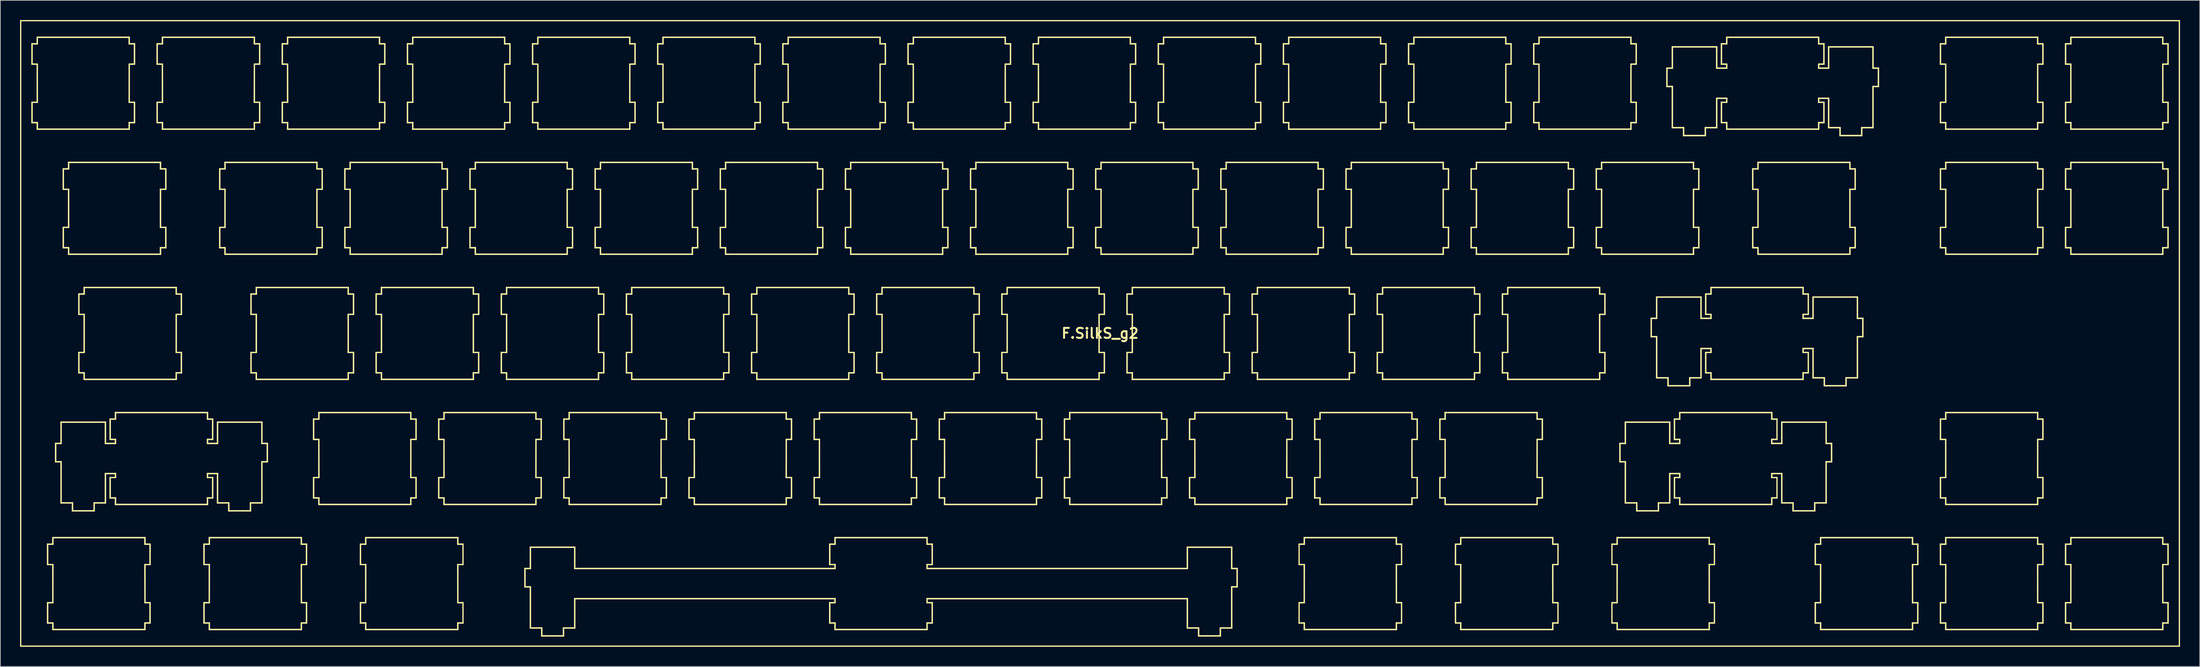
<source format=kicad_pcb>
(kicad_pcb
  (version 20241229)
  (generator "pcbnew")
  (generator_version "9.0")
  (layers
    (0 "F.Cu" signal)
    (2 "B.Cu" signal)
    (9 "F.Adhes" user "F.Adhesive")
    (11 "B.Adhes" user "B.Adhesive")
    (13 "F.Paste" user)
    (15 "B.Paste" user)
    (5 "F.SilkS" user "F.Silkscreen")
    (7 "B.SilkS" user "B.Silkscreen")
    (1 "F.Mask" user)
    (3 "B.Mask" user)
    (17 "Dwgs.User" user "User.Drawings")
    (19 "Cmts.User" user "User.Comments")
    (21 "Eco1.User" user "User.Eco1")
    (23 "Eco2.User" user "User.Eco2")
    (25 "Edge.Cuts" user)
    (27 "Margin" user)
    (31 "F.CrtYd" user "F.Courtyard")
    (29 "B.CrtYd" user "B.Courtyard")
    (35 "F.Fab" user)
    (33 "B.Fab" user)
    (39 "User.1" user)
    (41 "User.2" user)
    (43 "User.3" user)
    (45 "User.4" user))
  (footprint "F.SilkS_g2"
    (layer "F.Cu")
    (at 164.406 47.715)
    (property "Reference" "F.SilkS_g2" (at 0 0 0) (layer "F.SilkS") (effects (font (size 1.524 1.524) (thickness 0.3))))
    (attr through_hole)
    (fp_poly (pts (xy 164.401 47.731) (xy -164.401 47.731) (xy -164.401 -47.519) (xy -164.211 -47.519) (xy -164.211 47.54) (xy 164.211 47.54) (xy 164.211 -47.519) (xy -164.211 -47.519) (xy -164.401 -47.519) (xy -164.401 -47.71) (xy 164.401 -47.71) (xy 164.401 47.731)) (stroke (width 0.01) (type solid)) (fill yes) (layer "F.SilkS"))
    (fp_poly (pts (xy -142.917 -25.146) (xy -142.113 -25.146) (xy -142.113 -21.844) (xy -142.917 -21.844) (xy -142.917 -16.235) (xy -142.113 -16.235) (xy -142.113 -12.933) (xy -142.917 -12.933) (xy -142.917 -11.938) (xy -157.12 -11.938) (xy -157.12 -12.933) (xy -157.924 -12.933) (xy -157.924 -16.235) (xy -157.12 -16.235) (xy -157.12 -21.844) (xy -157.924 -21.844) (xy -157.924 -24.934) (xy -157.713 -24.934) (xy -157.713 -22.035) (xy -156.909 -22.035) (xy -156.909 -16.044) (xy -157.713 -16.044) (xy -157.713 -13.145) (xy -156.909 -13.145) (xy -156.909 -12.15) (xy -143.129 -12.15) (xy -143.129 -13.145) (xy -142.325 -13.145) (xy -142.325 -16.044) (xy -143.129 -16.044) (xy -143.129 -22.035) (xy -142.325 -22.035) (xy -142.325 -24.934) (xy -143.129 -24.934) (xy -143.129 -25.929) (xy -156.909 -25.929) (xy -156.909 -24.934) (xy -157.713 -24.934) (xy -157.924 -24.934) (xy -157.924 -25.146) (xy -157.12 -25.146) (xy -157.12 -26.141) (xy -142.917 -26.141) (xy -142.917 -25.146)) (stroke (width 0.01) (type solid)) (fill yes) (layer "F.SilkS"))
    (fp_poly (pts (xy -140.525 -6.096) (xy -139.742 -6.096) (xy -139.742 -2.794) (xy -140.525 -2.794) (xy -140.525 2.815) (xy -139.742 2.815) (xy -139.742 6.117) (xy -140.525 6.117) (xy -140.525 7.112) (xy -154.75 7.112) (xy -154.75 6.117) (xy -155.554 6.117) (xy -155.554 2.815) (xy -154.75 2.815) (xy -154.75 -2.794) (xy -155.554 -2.794) (xy -155.554 -5.884) (xy -155.342 -5.884) (xy -155.342 -2.985) (xy -154.538 -2.985) (xy -154.538 3.006) (xy -155.342 3.006) (xy -155.342 5.905) (xy -154.538 5.905) (xy -154.538 6.9) (xy -140.737 6.9) (xy -140.737 5.905) (xy -139.954 5.905) (xy -139.954 3.006) (xy -140.737 3.006) (xy -140.737 -2.985) (xy -139.954 -2.985) (xy -139.954 -5.884) (xy -140.737 -5.884) (xy -140.737 -6.879) (xy -154.538 -6.879) (xy -154.538 -5.884) (xy -155.342 -5.884) (xy -155.554 -5.884) (xy -155.554 -6.096) (xy -154.75 -6.096) (xy -154.75 -7.091) (xy -140.525 -7.091) (xy -140.525 -6.096)) (stroke (width 0.01) (type solid)) (fill yes) (layer "F.SilkS"))
    (fp_poly (pts (xy -119.105 -25.146) (xy -118.3 -25.146) (xy -118.3 -21.844) (xy -119.105 -21.844) (xy -119.105 -16.235) (xy -118.3 -16.235) (xy -118.3 -12.933) (xy -119.105 -12.933) (xy -119.105 -11.938) (xy -133.308 -11.938) (xy -133.308 -12.933) (xy -134.112 -12.933) (xy -134.112 -16.235) (xy -133.308 -16.235) (xy -133.308 -21.844) (xy -134.112 -21.844) (xy -134.112 -24.934) (xy -133.9 -24.934) (xy -133.9 -22.035) (xy -133.096 -22.035) (xy -133.096 -16.044) (xy -133.9 -16.044) (xy -133.9 -13.145) (xy -133.096 -13.145) (xy -133.096 -12.15) (xy -119.317 -12.15) (xy -119.317 -13.145) (xy -118.512 -13.145) (xy -118.512 -16.044) (xy -119.317 -16.044) (xy -119.317 -22.035) (xy -118.512 -22.035) (xy -118.512 -24.934) (xy -119.317 -24.934) (xy -119.317 -25.929) (xy -133.096 -25.929) (xy -133.096 -24.934) (xy -133.9 -24.934) (xy -134.112 -24.934) (xy -134.112 -25.146) (xy -133.308 -25.146) (xy -133.308 -26.141) (xy -119.105 -26.141) (xy -119.105 -25.146)) (stroke (width 0.01) (type solid)) (fill yes) (layer "F.SilkS"))
    (fp_poly (pts (xy -114.342 -6.096) (xy -113.538 -6.096) (xy -113.538 -2.794) (xy -114.342 -2.794) (xy -114.342 2.815) (xy -113.538 2.815) (xy -113.538 6.117) (xy -114.342 6.117) (xy -114.342 7.112) (xy -128.545 7.112) (xy -128.545 6.117) (xy -129.35 6.117) (xy -129.35 2.815) (xy -128.545 2.815) (xy -128.545 -2.794) (xy -129.35 -2.794) (xy -129.35 -5.884) (xy -129.138 -5.884) (xy -129.138 -2.985) (xy -128.333 -2.985) (xy -128.333 3.006) (xy -129.138 3.006) (xy -129.138 5.905) (xy -128.333 5.905) (xy -128.333 6.9) (xy -114.554 6.9) (xy -114.554 5.905) (xy -113.75 5.905) (xy -113.75 3.006) (xy -114.554 3.006) (xy -114.554 -2.985) (xy -113.75 -2.985) (xy -113.75 -5.884) (xy -114.554 -5.884) (xy -114.554 -6.879) (xy -128.333 -6.879) (xy -128.333 -5.884) (xy -129.138 -5.884) (xy -129.35 -5.884) (xy -129.35 -6.096) (xy -128.545 -6.096) (xy -128.545 -7.091) (xy -114.342 -7.091) (xy -114.342 -6.096)) (stroke (width 0.01) (type solid)) (fill yes) (layer "F.SilkS"))
    (fp_poly (pts (xy -100.055 -25.146) (xy -99.251 -25.146) (xy -99.251 -21.844) (xy -100.055 -21.844) (xy -100.055 -16.235) (xy -99.251 -16.235) (xy -99.251 -12.933) (xy -100.055 -12.933) (xy -100.055 -11.938) (xy -114.258 -11.938) (xy -114.258 -12.933) (xy -115.062 -12.933) (xy -115.062 -16.235) (xy -114.258 -16.235) (xy -114.258 -21.844) (xy -115.062 -21.844) (xy -115.062 -24.934) (xy -114.85 -24.934) (xy -114.85 -22.035) (xy -114.046 -22.035) (xy -114.046 -16.044) (xy -114.85 -16.044) (xy -114.85 -13.145) (xy -114.046 -13.145) (xy -114.046 -12.15) (xy -100.266 -12.15) (xy -100.266 -13.145) (xy -99.462 -13.145) (xy -99.462 -16.044) (xy -100.266 -16.044) (xy -100.266 -22.035) (xy -99.462 -22.035) (xy -99.462 -24.934) (xy -100.266 -24.934) (xy -100.266 -25.929) (xy -114.046 -25.929) (xy -114.046 -24.934) (xy -114.85 -24.934) (xy -115.062 -24.934) (xy -115.062 -25.146) (xy -114.258 -25.146) (xy -114.258 -26.141) (xy -100.055 -26.141) (xy -100.055 -25.146)) (stroke (width 0.01) (type solid)) (fill yes) (layer "F.SilkS"))
    (fp_poly (pts (xy -95.292 -6.096) (xy -94.488 -6.096) (xy -94.488 -2.794) (xy -95.292 -2.794) (xy -95.292 2.815) (xy -94.488 2.815) (xy -94.488 6.117) (xy -95.292 6.117) (xy -95.292 7.112) (xy -109.495 7.112) (xy -109.495 6.117) (xy -110.299 6.117) (xy -110.299 2.815) (xy -109.495 2.815) (xy -109.495 -2.794) (xy -110.299 -2.794) (xy -110.299 -5.884) (xy -110.088 -5.884) (xy -110.088 -2.985) (xy -109.284 -2.985) (xy -109.284 3.006) (xy -110.088 3.006) (xy -110.088 5.905) (xy -109.284 5.905) (xy -109.284 6.9) (xy -95.504 6.9) (xy -95.504 5.905) (xy -94.7 5.905) (xy -94.7 3.006) (xy -95.504 3.006) (xy -95.504 -2.985) (xy -94.7 -2.985) (xy -94.7 -5.884) (xy -95.504 -5.884) (xy -95.504 -6.879) (xy -109.284 -6.879) (xy -109.284 -5.884) (xy -110.088 -5.884) (xy -110.299 -5.884) (xy -110.299 -6.096) (xy -109.495 -6.096) (xy -109.495 -7.091) (xy -95.292 -7.091) (xy -95.292 -6.096)) (stroke (width 0.01) (type solid)) (fill yes) (layer "F.SilkS"))
    (fp_poly (pts (xy -81.005 -25.146) (xy -80.201 -25.146) (xy -80.201 -21.844) (xy -81.005 -21.844) (xy -81.005 -16.235) (xy -80.201 -16.235) (xy -80.201 -12.933) (xy -81.005 -12.933) (xy -81.005 -11.938) (xy -95.208 -11.938) (xy -95.208 -12.933) (xy -96.012 -12.933) (xy -96.012 -16.235) (xy -95.208 -16.235) (xy -95.208 -21.844) (xy -96.012 -21.844) (xy -96.012 -24.934) (xy -95.8 -24.934) (xy -95.8 -22.035) (xy -94.996 -22.035) (xy -94.996 -16.044) (xy -95.8 -16.044) (xy -95.8 -13.145) (xy -94.996 -13.145) (xy -94.996 -12.15) (xy -81.216 -12.15) (xy -81.216 -13.145) (xy -80.412 -13.145) (xy -80.412 -16.044) (xy -81.216 -16.044) (xy -81.216 -22.035) (xy -80.412 -22.035) (xy -80.412 -24.934) (xy -81.216 -24.934) (xy -81.216 -25.929) (xy -94.996 -25.929) (xy -94.996 -24.934) (xy -95.8 -24.934) (xy -96.012 -24.934) (xy -96.012 -25.146) (xy -95.208 -25.146) (xy -95.208 -26.141) (xy -81.005 -26.141) (xy -81.005 -25.146)) (stroke (width 0.01) (type solid)) (fill yes) (layer "F.SilkS"))
    (fp_poly (pts (xy -76.242 -6.096) (xy -75.438 -6.096) (xy -75.438 -2.794) (xy -76.242 -2.794) (xy -76.242 2.815) (xy -75.438 2.815) (xy -75.438 6.117) (xy -76.242 6.117) (xy -76.242 7.112) (xy -90.445 7.112) (xy -90.445 6.117) (xy -91.249 6.117) (xy -91.249 2.815) (xy -90.445 2.815) (xy -90.445 -2.794) (xy -91.249 -2.794) (xy -91.249 -5.884) (xy -91.038 -5.884) (xy -91.038 -2.985) (xy -90.234 -2.985) (xy -90.234 3.006) (xy -91.038 3.006) (xy -91.038 5.905) (xy -90.234 5.905) (xy -90.234 6.9) (xy -76.454 6.9) (xy -76.454 5.905) (xy -75.65 5.905) (xy -75.65 3.006) (xy -76.454 3.006) (xy -76.454 -2.985) (xy -75.65 -2.985) (xy -75.65 -5.884) (xy -76.454 -5.884) (xy -76.454 -6.879) (xy -90.234 -6.879) (xy -90.234 -5.884) (xy -91.038 -5.884) (xy -91.249 -5.884) (xy -91.249 -6.096) (xy -90.445 -6.096) (xy -90.445 -7.091) (xy -76.242 -7.091) (xy -76.242 -6.096)) (stroke (width 0.01) (type solid)) (fill yes) (layer "F.SilkS"))
    (fp_poly (pts (xy -61.955 -25.146) (xy -61.151 -25.146) (xy -61.151 -21.844) (xy -61.955 -21.844) (xy -61.955 -16.235) (xy -61.151 -16.235) (xy -61.151 -12.933) (xy -61.955 -12.933) (xy -61.955 -11.938) (xy -76.158 -11.938) (xy -76.158 -12.933) (xy -76.962 -12.933) (xy -76.962 -16.235) (xy -76.158 -16.235) (xy -76.158 -21.844) (xy -76.962 -21.844) (xy -76.962 -24.934) (xy -76.75 -24.934) (xy -76.75 -22.035) (xy -75.946 -22.035) (xy -75.946 -16.044) (xy -76.75 -16.044) (xy -76.75 -13.145) (xy -75.946 -13.145) (xy -75.946 -12.15) (xy -62.166 -12.15) (xy -62.166 -13.145) (xy -61.362 -13.145) (xy -61.362 -16.044) (xy -62.166 -16.044) (xy -62.166 -22.035) (xy -61.362 -22.035) (xy -61.362 -24.934) (xy -62.166 -24.934) (xy -62.166 -25.929) (xy -75.946 -25.929) (xy -75.946 -24.934) (xy -76.75 -24.934) (xy -76.962 -24.934) (xy -76.962 -25.146) (xy -76.158 -25.146) (xy -76.158 -26.141) (xy -61.955 -26.141) (xy -61.955 -25.146)) (stroke (width 0.01) (type solid)) (fill yes) (layer "F.SilkS"))
    (fp_poly (pts (xy -57.192 -6.096) (xy -56.388 -6.096) (xy -56.388 -2.794) (xy -57.192 -2.794) (xy -57.192 2.815) (xy -56.388 2.815) (xy -56.388 6.117) (xy -57.192 6.117) (xy -57.192 7.112) (xy -71.395 7.112) (xy -71.395 6.117) (xy -72.2 6.117) (xy -72.2 2.815) (xy -71.395 2.815) (xy -71.395 -2.794) (xy -72.2 -2.794) (xy -72.2 -5.884) (xy -71.988 -5.884) (xy -71.988 -2.985) (xy -71.183 -2.985) (xy -71.183 3.006) (xy -71.988 3.006) (xy -71.988 5.905) (xy -71.183 5.905) (xy -71.183 6.9) (xy -57.404 6.9) (xy -57.404 5.905) (xy -56.6 5.905) (xy -56.6 3.006) (xy -57.404 3.006) (xy -57.404 -2.985) (xy -56.6 -2.985) (xy -56.6 -5.884) (xy -57.404 -5.884) (xy -57.404 -6.879) (xy -71.183 -6.879) (xy -71.183 -5.884) (xy -71.988 -5.884) (xy -72.2 -5.884) (xy -72.2 -6.096) (xy -71.395 -6.096) (xy -71.395 -7.091) (xy -57.192 -7.091) (xy -57.192 -6.096)) (stroke (width 0.01) (type solid)) (fill yes) (layer "F.SilkS"))
    (fp_poly (pts (xy -42.905 -25.146) (xy -42.1 -25.146) (xy -42.1 -21.844) (xy -42.905 -21.844) (xy -42.905 -16.235) (xy -42.1 -16.235) (xy -42.1 -12.933) (xy -42.905 -12.933) (xy -42.905 -11.938) (xy -57.108 -11.938) (xy -57.108 -12.933) (xy -57.912 -12.933) (xy -57.912 -16.235) (xy -57.108 -16.235) (xy -57.108 -21.844) (xy -57.912 -21.844) (xy -57.912 -24.934) (xy -57.7 -24.934) (xy -57.7 -22.035) (xy -56.896 -22.035) (xy -56.896 -16.044) (xy -57.7 -16.044) (xy -57.7 -13.145) (xy -56.896 -13.145) (xy -56.896 -12.15) (xy -43.117 -12.15) (xy -43.117 -13.145) (xy -42.312 -13.145) (xy -42.312 -16.044) (xy -43.117 -16.044) (xy -43.117 -22.035) (xy -42.312 -22.035) (xy -42.312 -24.934) (xy -43.117 -24.934) (xy -43.117 -25.929) (xy -56.896 -25.929) (xy -56.896 -24.934) (xy -57.7 -24.934) (xy -57.912 -24.934) (xy -57.912 -25.146) (xy -57.108 -25.146) (xy -57.108 -26.141) (xy -42.905 -26.141) (xy -42.905 -25.146)) (stroke (width 0.01) (type solid)) (fill yes) (layer "F.SilkS"))
    (fp_poly (pts (xy -38.142 -6.096) (xy -37.338 -6.096) (xy -37.338 -2.794) (xy -38.142 -2.794) (xy -38.142 2.815) (xy -37.338 2.815) (xy -37.338 6.117) (xy -38.142 6.117) (xy -38.142 7.112) (xy -52.345 7.112) (xy -52.345 6.117) (xy -53.15 6.117) (xy -53.15 2.815) (xy -52.345 2.815) (xy -52.345 -2.794) (xy -53.15 -2.794) (xy -53.15 -5.884) (xy -52.938 -5.884) (xy -52.938 -2.985) (xy -52.133 -2.985) (xy -52.133 3.006) (xy -52.938 3.006) (xy -52.938 5.905) (xy -52.133 5.905) (xy -52.133 6.9) (xy -38.354 6.9) (xy -38.354 5.905) (xy -37.55 5.905) (xy -37.55 3.006) (xy -38.354 3.006) (xy -38.354 -2.985) (xy -37.55 -2.985) (xy -37.55 -5.884) (xy -38.354 -5.884) (xy -38.354 -6.879) (xy -52.133 -6.879) (xy -52.133 -5.884) (xy -52.938 -5.884) (xy -53.15 -5.884) (xy -53.15 -6.096) (xy -52.345 -6.096) (xy -52.345 -7.091) (xy -38.142 -7.091) (xy -38.142 -6.096)) (stroke (width 0.01) (type solid)) (fill yes) (layer "F.SilkS"))
    (fp_poly (pts (xy -23.855 -25.146) (xy -23.05 -25.146) (xy -23.05 -21.844) (xy -23.855 -21.844) (xy -23.855 -16.235) (xy -23.05 -16.235) (xy -23.05 -12.933) (xy -23.855 -12.933) (xy -23.855 -11.938) (xy -38.058 -11.938) (xy -38.058 -12.933) (xy -38.862 -12.933) (xy -38.862 -16.235) (xy -38.058 -16.235) (xy -38.058 -21.844) (xy -38.862 -21.844) (xy -38.862 -24.934) (xy -38.65 -24.934) (xy -38.65 -22.035) (xy -37.846 -22.035) (xy -37.846 -16.044) (xy -38.65 -16.044) (xy -38.65 -13.145) (xy -37.846 -13.145) (xy -37.846 -12.15) (xy -24.067 -12.15) (xy -24.067 -13.145) (xy -23.262 -13.145) (xy -23.262 -16.044) (xy -24.067 -16.044) (xy -24.067 -22.035) (xy -23.262 -22.035) (xy -23.262 -24.934) (xy -24.067 -24.934) (xy -24.067 -25.929) (xy -37.846 -25.929) (xy -37.846 -24.934) (xy -38.65 -24.934) (xy -38.862 -24.934) (xy -38.862 -25.146) (xy -38.058 -25.146) (xy -38.058 -26.141) (xy -23.855 -26.141) (xy -23.855 -25.146)) (stroke (width 0.01) (type solid)) (fill yes) (layer "F.SilkS"))
    (fp_poly (pts (xy -19.092 -6.096) (xy -18.288 -6.096) (xy -18.288 -2.794) (xy -19.092 -2.794) (xy -19.092 2.815) (xy -18.288 2.815) (xy -18.288 6.117) (xy -19.092 6.117) (xy -19.092 7.112) (xy -33.295 7.112) (xy -33.295 6.117) (xy -34.099 6.117) (xy -34.099 2.815) (xy -33.295 2.815) (xy -33.295 -2.794) (xy -34.099 -2.794) (xy -34.099 -5.884) (xy -33.888 -5.884) (xy -33.888 -2.985) (xy -33.084 -2.985) (xy -33.084 3.006) (xy -33.888 3.006) (xy -33.888 5.905) (xy -33.084 5.905) (xy -33.084 6.9) (xy -19.304 6.9) (xy -19.304 5.905) (xy -18.5 5.905) (xy -18.5 3.006) (xy -19.304 3.006) (xy -19.304 -2.985) (xy -18.5 -2.985) (xy -18.5 -5.884) (xy -19.304 -5.884) (xy -19.304 -6.879) (xy -33.084 -6.879) (xy -33.084 -5.884) (xy -33.888 -5.884) (xy -34.099 -5.884) (xy -34.099 -6.096) (xy -33.295 -6.096) (xy -33.295 -7.091) (xy -19.092 -7.091) (xy -19.092 -6.096)) (stroke (width 0.01) (type solid)) (fill yes) (layer "F.SilkS"))
    (fp_poly (pts (xy -4.805 -25.146) (xy -4 -25.146) (xy -4 -21.844) (xy -4.805 -21.844) (xy -4.805 -16.235) (xy -4 -16.235) (xy -4 -12.933) (xy -4.805 -12.933) (xy -4.805 -11.938) (xy -19.008 -11.938) (xy -19.008 -12.933) (xy -19.812 -12.933) (xy -19.812 -16.235) (xy -19.008 -16.235) (xy -19.008 -21.844) (xy -19.812 -21.844) (xy -19.812 -24.934) (xy -19.6 -24.934) (xy -19.6 -22.035) (xy -18.796 -22.035) (xy -18.796 -16.044) (xy -19.6 -16.044) (xy -19.6 -13.145) (xy -18.796 -13.145) (xy -18.796 -12.15) (xy -5.016 -12.15) (xy -5.016 -13.145) (xy -4.212 -13.145) (xy -4.212 -16.044) (xy -5.016 -16.044) (xy -5.016 -22.035) (xy -4.212 -22.035) (xy -4.212 -24.934) (xy -5.016 -24.934) (xy -5.016 -25.929) (xy -18.796 -25.929) (xy -18.796 -24.934) (xy -19.6 -24.934) (xy -19.812 -24.934) (xy -19.812 -25.146) (xy -19.008 -25.146) (xy -19.008 -26.141) (xy -4.805 -26.141) (xy -4.805 -25.146)) (stroke (width 0.01) (type solid)) (fill yes) (layer "F.SilkS"))
    (fp_poly (pts (xy -0.042 -6.096) (xy 0.762 -6.096) (xy 0.762 -2.794) (xy -0.042 -2.794) (xy -0.042 2.815) (xy 0.762 2.815) (xy 0.762 6.117) (xy -0.042 6.117) (xy -0.042 7.112) (xy -14.245 7.112) (xy -14.245 6.117) (xy -15.05 6.117) (xy -15.05 2.815) (xy -14.245 2.815) (xy -14.245 -2.794) (xy -15.05 -2.794) (xy -15.05 -5.884) (xy -14.838 -5.884) (xy -14.838 -2.985) (xy -14.034 -2.985) (xy -14.034 3.006) (xy -14.838 3.006) (xy -14.838 5.905) (xy -14.034 5.905) (xy -14.034 6.9) (xy -0.254 6.9) (xy -0.254 5.905) (xy 0.55 5.905) (xy 0.55 3.006) (xy -0.254 3.006) (xy -0.254 -2.985) (xy 0.55 -2.985) (xy 0.55 -5.884) (xy -0.254 -5.884) (xy -0.254 -6.879) (xy -14.034 -6.879) (xy -14.034 -5.884) (xy -14.838 -5.884) (xy -15.05 -5.884) (xy -15.05 -6.096) (xy -14.245 -6.096) (xy -14.245 -7.091) (xy -0.042 -7.091) (xy -0.042 -6.096)) (stroke (width 0.01) (type solid)) (fill yes) (layer "F.SilkS"))
    (fp_poly (pts (xy 14.245 -25.146) (xy 15.05 -25.146) (xy 15.05 -21.844) (xy 14.245 -21.844) (xy 14.245 -16.235) (xy 15.05 -16.235) (xy 15.05 -12.933) (xy 14.245 -12.933) (xy 14.245 -11.938) (xy 0.042 -11.938) (xy 0.042 -12.933) (xy -0.762 -12.933) (xy -0.762 -16.235) (xy 0.042 -16.235) (xy 0.042 -21.844) (xy -0.762 -21.844) (xy -0.762 -24.934) (xy -0.55 -24.934) (xy -0.55 -22.035) (xy 0.254 -22.035) (xy 0.254 -16.044) (xy -0.55 -16.044) (xy -0.55 -13.145) (xy 0.254 -13.145) (xy 0.254 -12.15) (xy 14.034 -12.15) (xy 14.034 -13.145) (xy 14.838 -13.145) (xy 14.838 -16.044) (xy 14.034 -16.044) (xy 14.034 -22.035) (xy 14.838 -22.035) (xy 14.838 -24.934) (xy 14.034 -24.934) (xy 14.034 -25.929) (xy 0.254 -25.929) (xy 0.254 -24.934) (xy -0.55 -24.934) (xy -0.762 -24.934) (xy -0.762 -25.146) (xy 0.042 -25.146) (xy 0.042 -26.141) (xy 14.245 -26.141) (xy 14.245 -25.146)) (stroke (width 0.01) (type solid)) (fill yes) (layer "F.SilkS"))
    (fp_poly (pts (xy 19.008 -6.096) (xy 19.812 -6.096) (xy 19.812 -2.794) (xy 19.008 -2.794) (xy 19.008 2.815) (xy 19.812 2.815) (xy 19.812 6.117) (xy 19.008 6.117) (xy 19.008 7.112) (xy 4.805 7.112) (xy 4.805 6.117) (xy 4 6.117) (xy 4 2.815) (xy 4.805 2.815) (xy 4.805 -2.794) (xy 4 -2.794) (xy 4 -5.884) (xy 4.212 -5.884) (xy 4.212 -2.985) (xy 5.016 -2.985) (xy 5.016 3.006) (xy 4.212 3.006) (xy 4.212 5.905) (xy 5.016 5.905) (xy 5.016 6.9) (xy 18.796 6.9) (xy 18.796 5.905) (xy 19.6 5.905) (xy 19.6 3.006) (xy 18.796 3.006) (xy 18.796 -2.985) (xy 19.6 -2.985) (xy 19.6 -5.884) (xy 18.796 -5.884) (xy 18.796 -6.879) (xy 5.016 -6.879) (xy 5.016 -5.884) (xy 4.212 -5.884) (xy 4 -5.884) (xy 4 -6.096) (xy 4.805 -6.096) (xy 4.805 -7.091) (xy 19.008 -7.091) (xy 19.008 -6.096)) (stroke (width 0.01) (type solid)) (fill yes) (layer "F.SilkS"))
    (fp_poly (pts (xy 33.295 -25.146) (xy 34.099 -25.146) (xy 34.099 -21.844) (xy 33.295 -21.844) (xy 33.295 -16.235) (xy 34.099 -16.235) (xy 34.099 -12.933) (xy 33.295 -12.933) (xy 33.295 -11.938) (xy 19.092 -11.938) (xy 19.092 -12.933) (xy 18.288 -12.933) (xy 18.288 -16.235) (xy 19.092 -16.235) (xy 19.092 -21.844) (xy 18.288 -21.844) (xy 18.288 -24.934) (xy 18.5 -24.934) (xy 18.5 -22.035) (xy 19.304 -22.035) (xy 19.304 -16.044) (xy 18.5 -16.044) (xy 18.5 -13.145) (xy 19.304 -13.145) (xy 19.304 -12.15) (xy 33.084 -12.15) (xy 33.084 -13.145) (xy 33.888 -13.145) (xy 33.888 -16.044) (xy 33.084 -16.044) (xy 33.084 -22.035) (xy 33.888 -22.035) (xy 33.888 -24.934) (xy 33.084 -24.934) (xy 33.084 -25.929) (xy 19.304 -25.929) (xy 19.304 -24.934) (xy 18.5 -24.934) (xy 18.288 -24.934) (xy 18.288 -25.146) (xy 19.092 -25.146) (xy 19.092 -26.141) (xy 33.295 -26.141) (xy 33.295 -25.146)) (stroke (width 0.01) (type solid)) (fill yes) (layer "F.SilkS"))
    (fp_poly (pts (xy 38.058 -6.096) (xy 38.862 -6.096) (xy 38.862 -2.794) (xy 38.058 -2.794) (xy 38.058 2.815) (xy 38.862 2.815) (xy 38.862 6.117) (xy 38.058 6.117) (xy 38.058 7.112) (xy 23.855 7.112) (xy 23.855 6.117) (xy 23.05 6.117) (xy 23.05 2.815) (xy 23.855 2.815) (xy 23.855 -2.794) (xy 23.05 -2.794) (xy 23.05 -5.884) (xy 23.262 -5.884) (xy 23.262 -2.985) (xy 24.067 -2.985) (xy 24.067 3.006) (xy 23.262 3.006) (xy 23.262 5.905) (xy 24.067 5.905) (xy 24.067 6.9) (xy 37.846 6.9) (xy 37.846 5.905) (xy 38.65 5.905) (xy 38.65 3.006) (xy 37.846 3.006) (xy 37.846 -2.985) (xy 38.65 -2.985) (xy 38.65 -5.884) (xy 37.846 -5.884) (xy 37.846 -6.879) (xy 24.067 -6.879) (xy 24.067 -5.884) (xy 23.262 -5.884) (xy 23.05 -5.884) (xy 23.05 -6.096) (xy 23.855 -6.096) (xy 23.855 -7.091) (xy 38.058 -7.091) (xy 38.058 -6.096)) (stroke (width 0.01) (type solid)) (fill yes) (layer "F.SilkS"))
    (fp_poly (pts (xy 52.345 -25.146) (xy 53.15 -25.146) (xy 53.15 -21.844) (xy 52.345 -21.844) (xy 52.345 -16.235) (xy 53.15 -16.235) (xy 53.15 -12.933) (xy 52.345 -12.933) (xy 52.345 -11.938) (xy 38.142 -11.938) (xy 38.142 -12.933) (xy 37.338 -12.933) (xy 37.338 -16.235) (xy 38.142 -16.235) (xy 38.142 -21.844) (xy 37.338 -21.844) (xy 37.338 -24.934) (xy 37.55 -24.934) (xy 37.55 -22.035) (xy 38.354 -22.035) (xy 38.354 -16.044) (xy 37.55 -16.044) (xy 37.55 -13.145) (xy 38.354 -13.145) (xy 38.354 -12.15) (xy 52.133 -12.15) (xy 52.133 -13.145) (xy 52.938 -13.145) (xy 52.938 -16.044) (xy 52.133 -16.044) (xy 52.133 -22.035) (xy 52.938 -22.035) (xy 52.938 -24.934) (xy 52.133 -24.934) (xy 52.133 -25.929) (xy 38.354 -25.929) (xy 38.354 -24.934) (xy 37.55 -24.934) (xy 37.338 -24.934) (xy 37.338 -25.146) (xy 38.142 -25.146) (xy 38.142 -26.141) (xy 52.345 -26.141) (xy 52.345 -25.146)) (stroke (width 0.01) (type solid)) (fill yes) (layer "F.SilkS"))
    (fp_poly (pts (xy 57.108 -6.096) (xy 57.912 -6.096) (xy 57.912 -2.794) (xy 57.108 -2.794) (xy 57.108 2.815) (xy 57.912 2.815) (xy 57.912 6.117) (xy 57.108 6.117) (xy 57.108 7.112) (xy 42.905 7.112) (xy 42.905 6.117) (xy 42.1 6.117) (xy 42.1 2.815) (xy 42.905 2.815) (xy 42.905 -2.794) (xy 42.1 -2.794) (xy 42.1 -5.884) (xy 42.312 -5.884) (xy 42.312 -2.985) (xy 43.117 -2.985) (xy 43.117 3.006) (xy 42.312 3.006) (xy 42.312 5.905) (xy 43.117 5.905) (xy 43.117 6.9) (xy 56.896 6.9) (xy 56.896 5.905) (xy 57.7 5.905) (xy 57.7 3.006) (xy 56.896 3.006) (xy 56.896 -2.985) (xy 57.7 -2.985) (xy 57.7 -5.884) (xy 56.896 -5.884) (xy 56.896 -6.879) (xy 43.117 -6.879) (xy 43.117 -5.884) (xy 42.312 -5.884) (xy 42.1 -5.884) (xy 42.1 -6.096) (xy 42.905 -6.096) (xy 42.905 -7.091) (xy 57.108 -7.091) (xy 57.108 -6.096)) (stroke (width 0.01) (type solid)) (fill yes) (layer "F.SilkS"))
    (fp_poly (pts (xy 71.395 -25.146) (xy 72.2 -25.146) (xy 72.2 -21.844) (xy 71.395 -21.844) (xy 71.395 -16.235) (xy 72.2 -16.235) (xy 72.2 -12.933) (xy 71.395 -12.933) (xy 71.395 -11.938) (xy 57.192 -11.938) (xy 57.192 -12.933) (xy 56.388 -12.933) (xy 56.388 -16.235) (xy 57.192 -16.235) (xy 57.192 -21.844) (xy 56.388 -21.844) (xy 56.388 -24.934) (xy 56.6 -24.934) (xy 56.6 -22.035) (xy 57.404 -22.035) (xy 57.404 -16.044) (xy 56.6 -16.044) (xy 56.6 -13.145) (xy 57.404 -13.145) (xy 57.404 -12.15) (xy 71.183 -12.15) (xy 71.183 -13.145) (xy 71.988 -13.145) (xy 71.988 -16.044) (xy 71.183 -16.044) (xy 71.183 -22.035) (xy 71.988 -22.035) (xy 71.988 -24.934) (xy 71.183 -24.934) (xy 71.183 -25.929) (xy 57.404 -25.929) (xy 57.404 -24.934) (xy 56.6 -24.934) (xy 56.388 -24.934) (xy 56.388 -25.146) (xy 57.192 -25.146) (xy 57.192 -26.141) (xy 71.395 -26.141) (xy 71.395 -25.146)) (stroke (width 0.01) (type solid)) (fill yes) (layer "F.SilkS"))
    (fp_poly (pts (xy 76.158 -6.096) (xy 76.962 -6.096) (xy 76.962 -2.794) (xy 76.158 -2.794) (xy 76.158 2.815) (xy 76.962 2.815) (xy 76.962 6.117) (xy 76.158 6.117) (xy 76.158 7.112) (xy 61.955 7.112) (xy 61.955 6.117) (xy 61.151 6.117) (xy 61.151 2.815) (xy 61.955 2.815) (xy 61.955 -2.794) (xy 61.151 -2.794) (xy 61.151 -5.884) (xy 61.362 -5.884) (xy 61.362 -2.985) (xy 62.166 -2.985) (xy 62.166 3.006) (xy 61.362 3.006) (xy 61.362 5.905) (xy 62.166 5.905) (xy 62.166 6.9) (xy 75.946 6.9) (xy 75.946 5.905) (xy 76.75 5.905) (xy 76.75 3.006) (xy 75.946 3.006) (xy 75.946 -2.985) (xy 76.75 -2.985) (xy 76.75 -5.884) (xy 75.946 -5.884) (xy 75.946 -6.879) (xy 62.166 -6.879) (xy 62.166 -5.884) (xy 61.362 -5.884) (xy 61.151 -5.884) (xy 61.151 -6.096) (xy 61.955 -6.096) (xy 61.955 -7.091) (xy 76.158 -7.091) (xy 76.158 -6.096)) (stroke (width 0.01) (type solid)) (fill yes) (layer "F.SilkS"))
    (fp_poly (pts (xy 90.445 -25.146) (xy 91.249 -25.146) (xy 91.249 -21.844) (xy 90.445 -21.844) (xy 90.445 -16.235) (xy 91.249 -16.235) (xy 91.249 -12.933) (xy 90.445 -12.933) (xy 90.445 -11.938) (xy 76.242 -11.938) (xy 76.242 -12.933) (xy 75.438 -12.933) (xy 75.438 -16.235) (xy 76.242 -16.235) (xy 76.242 -21.844) (xy 75.438 -21.844) (xy 75.438 -24.934) (xy 75.65 -24.934) (xy 75.65 -22.035) (xy 76.454 -22.035) (xy 76.454 -16.044) (xy 75.65 -16.044) (xy 75.65 -13.145) (xy 76.454 -13.145) (xy 76.454 -12.15) (xy 90.234 -12.15) (xy 90.234 -13.145) (xy 91.038 -13.145) (xy 91.038 -16.044) (xy 90.234 -16.044) (xy 90.234 -22.035) (xy 91.038 -22.035) (xy 91.038 -24.934) (xy 90.234 -24.934) (xy 90.234 -25.929) (xy 76.454 -25.929) (xy 76.454 -24.934) (xy 75.65 -24.934) (xy 75.438 -24.934) (xy 75.438 -25.146) (xy 76.242 -25.146) (xy 76.242 -26.141) (xy 90.445 -26.141) (xy 90.445 -25.146)) (stroke (width 0.01) (type solid)) (fill yes) (layer "F.SilkS"))
    (fp_poly (pts (xy 114.258 -25.146) (xy 115.062 -25.146) (xy 115.062 -21.844) (xy 114.258 -21.844) (xy 114.258 -16.235) (xy 115.062 -16.235) (xy 115.062 -12.933) (xy 114.258 -12.933) (xy 114.258 -11.938) (xy 100.055 -11.938) (xy 100.055 -12.933) (xy 99.251 -12.933) (xy 99.251 -16.235) (xy 100.055 -16.235) (xy 100.055 -21.844) (xy 99.251 -21.844) (xy 99.251 -24.934) (xy 99.462 -24.934) (xy 99.462 -22.035) (xy 100.266 -22.035) (xy 100.266 -16.044) (xy 99.462 -16.044) (xy 99.462 -13.145) (xy 100.266 -13.145) (xy 100.266 -12.15) (xy 114.046 -12.15) (xy 114.046 -13.145) (xy 114.85 -13.145) (xy 114.85 -16.044) (xy 114.046 -16.044) (xy 114.046 -22.035) (xy 114.85 -22.035) (xy 114.85 -24.934) (xy 114.046 -24.934) (xy 114.046 -25.929) (xy 100.266 -25.929) (xy 100.266 -24.934) (xy 99.462 -24.934) (xy 99.251 -24.934) (xy 99.251 -25.146) (xy 100.055 -25.146) (xy 100.055 -26.141) (xy 114.258 -26.141) (xy 114.258 -25.146)) (stroke (width 0.01) (type solid)) (fill yes) (layer "F.SilkS"))
    (fp_poly (pts (xy 142.833 -25.146) (xy 143.637 -25.146) (xy 143.637 -21.844) (xy 142.833 -21.844) (xy 142.833 -16.235) (xy 143.637 -16.235) (xy 143.637 -12.933) (xy 142.833 -12.933) (xy 142.833 -11.938) (xy 128.63 -11.938) (xy 128.63 -12.933) (xy 127.826 -12.933) (xy 127.826 -16.235) (xy 128.63 -16.235) (xy 128.63 -21.844) (xy 127.826 -21.844) (xy 127.826 -24.934) (xy 128.037 -24.934) (xy 128.037 -22.035) (xy 128.841 -22.035) (xy 128.841 -16.044) (xy 128.037 -16.044) (xy 128.037 -13.145) (xy 128.841 -13.145) (xy 128.841 -12.15) (xy 142.621 -12.15) (xy 142.621 -13.145) (xy 143.425 -13.145) (xy 143.425 -16.044) (xy 142.621 -16.044) (xy 142.621 -22.035) (xy 143.425 -22.035) (xy 143.425 -24.934) (xy 142.621 -24.934) (xy 142.621 -25.929) (xy 128.841 -25.929) (xy 128.841 -24.934) (xy 128.037 -24.934) (xy 127.826 -24.934) (xy 127.826 -25.146) (xy 128.63 -25.146) (xy 128.63 -26.141) (xy 142.833 -26.141) (xy 142.833 -25.146)) (stroke (width 0.01) (type solid)) (fill yes) (layer "F.SilkS"))
    (fp_poly (pts (xy 161.883 -25.146) (xy 162.687 -25.146) (xy 162.687 -21.844) (xy 161.883 -21.844) (xy 161.883 -16.235) (xy 162.687 -16.235) (xy 162.687 -12.933) (xy 161.883 -12.933) (xy 161.883 -11.938) (xy 147.68 -11.938) (xy 147.68 -12.933) (xy 146.875 -12.933) (xy 146.875 -16.235) (xy 147.68 -16.235) (xy 147.68 -21.844) (xy 146.875 -21.844) (xy 146.875 -24.934) (xy 147.087 -24.934) (xy 147.087 -22.035) (xy 147.892 -22.035) (xy 147.892 -16.044) (xy 147.087 -16.044) (xy 147.087 -13.145) (xy 147.892 -13.145) (xy 147.892 -12.15) (xy 161.671 -12.15) (xy 161.671 -13.145) (xy 162.475 -13.145) (xy 162.475 -16.044) (xy 161.671 -16.044) (xy 161.671 -22.035) (xy 162.475 -22.035) (xy 162.475 -24.934) (xy 161.671 -24.934) (xy 161.671 -25.929) (xy 147.892 -25.929) (xy 147.892 -24.934) (xy 147.087 -24.934) (xy 146.875 -24.934) (xy 146.875 -25.146) (xy 147.68 -25.146) (xy 147.68 -26.141) (xy 161.883 -26.141) (xy 161.883 -25.146)) (stroke (width 0.01) (type solid)) (fill yes) (layer "F.SilkS"))
    (fp_poly (pts (xy -147.68 -44.196) (xy -146.875 -44.196) (xy -146.875 -40.894) (xy -147.68 -40.894) (xy -147.68 -35.285) (xy -146.875 -35.285) (xy -146.875 -31.983) (xy -147.68 -31.983) (xy -147.68 -30.988) (xy -161.883 -30.988) (xy -161.883 -31.983) (xy -162.687 -31.983) (xy -162.687 -35.285) (xy -161.883 -35.285) (xy -161.883 -40.894) (xy -162.687 -40.894) (xy -162.687 -43.984) (xy -162.475 -43.984) (xy -162.475 -41.107) (xy -161.682 -41.095) (xy -161.676 -38.095) (xy -161.671 -35.094) (xy -162.475 -35.094) (xy -162.475 -32.194) (xy -161.671 -32.194) (xy -161.671 -31.2) (xy -147.892 -31.2) (xy -147.892 -32.194) (xy -147.087 -32.194) (xy -147.087 -35.094) (xy -147.892 -35.094) (xy -147.886 -38.095) (xy -147.881 -41.095) (xy -147.087 -41.107) (xy -147.087 -43.984) (xy -147.892 -43.984) (xy -147.892 -44.979) (xy -161.671 -44.979) (xy -161.671 -43.984) (xy -162.475 -43.984) (xy -162.687 -43.984) (xy -162.687 -44.196) (xy -161.883 -44.196) (xy -161.883 -45.191) (xy -147.68 -45.191) (xy -147.68 -44.196)) (stroke (width 0.01) (type solid)) (fill yes) (layer "F.SilkS"))
    (fp_poly (pts (xy -145.288 32.004) (xy -144.505 32.004) (xy -144.505 35.306) (xy -145.288 35.306) (xy -145.288 40.915) (xy -144.505 40.915) (xy -144.505 44.217) (xy -145.288 44.217) (xy -145.288 45.212) (xy -159.512 45.212) (xy -159.512 44.217) (xy -160.316 44.217) (xy -160.316 40.915) (xy -159.512 40.915) (xy -159.512 35.306) (xy -160.316 35.306) (xy -160.316 32.216) (xy -160.105 32.216) (xy -160.105 35.115) (xy -159.3 35.115) (xy -159.306 38.116) (xy -159.311 41.116) (xy -160.105 41.128) (xy -160.105 44.005) (xy -159.3 44.005) (xy -159.3 45) (xy -145.5 45) (xy -145.5 44.005) (xy -144.716 44.005) (xy -144.716 41.128) (xy -145.489 41.116) (xy -145.494 38.116) (xy -145.5 35.115) (xy -144.716 35.115) (xy -144.716 32.216) (xy -145.5 32.216) (xy -145.5 31.221) (xy -159.3 31.221) (xy -159.3 32.216) (xy -160.105 32.216) (xy -160.316 32.216) (xy -160.316 32.004) (xy -159.512 32.004) (xy -159.512 31.009) (xy -145.288 31.009) (xy -145.288 32.004)) (stroke (width 0.01) (type solid)) (fill yes) (layer "F.SilkS"))
    (fp_poly (pts (xy -128.63 -44.196) (xy -127.826 -44.196) (xy -127.826 -40.894) (xy -128.63 -40.894) (xy -128.63 -35.285) (xy -127.826 -35.285) (xy -127.826 -31.983) (xy -128.63 -31.983) (xy -128.63 -30.988) (xy -142.833 -30.988) (xy -142.833 -31.983) (xy -143.637 -31.983) (xy -143.637 -35.285) (xy -142.833 -35.285) (xy -142.833 -40.894) (xy -143.637 -40.894) (xy -143.637 -43.984) (xy -143.425 -43.984) (xy -143.425 -41.107) (xy -142.632 -41.095) (xy -142.626 -38.095) (xy -142.621 -35.094) (xy -143.425 -35.094) (xy -143.425 -32.194) (xy -142.621 -32.194) (xy -142.621 -31.2) (xy -128.841 -31.2) (xy -128.841 -32.194) (xy -128.037 -32.194) (xy -128.037 -35.094) (xy -128.842 -35.094) (xy -128.836 -38.095) (xy -128.831 -41.095) (xy -128.037 -41.107) (xy -128.037 -43.984) (xy -128.841 -43.984) (xy -128.841 -44.979) (xy -142.621 -44.979) (xy -142.621 -43.984) (xy -143.425 -43.984) (xy -143.637 -43.984) (xy -143.637 -44.196) (xy -142.833 -44.196) (xy -142.833 -45.191) (xy -128.63 -45.191) (xy -128.63 -44.196)) (stroke (width 0.01) (type solid)) (fill yes) (layer "F.SilkS"))
    (fp_poly (pts (xy -121.475 32.004) (xy -120.692 32.004) (xy -120.692 35.306) (xy -121.475 35.306) (xy -121.475 40.915) (xy -120.692 40.915) (xy -120.692 44.217) (xy -121.475 44.217) (xy -121.475 45.212) (xy -135.7 45.212) (xy -135.7 44.217) (xy -136.504 44.217) (xy -136.504 40.915) (xy -135.7 40.915) (xy -135.7 35.306) (xy -136.504 35.306) (xy -136.504 32.216) (xy -136.292 32.216) (xy -136.292 35.115) (xy -135.488 35.115) (xy -135.493 38.116) (xy -135.498 41.116) (xy -136.292 41.128) (xy -136.292 44.005) (xy -135.488 44.005) (xy -135.488 45) (xy -121.687 45) (xy -121.687 44.005) (xy -120.904 44.005) (xy -120.904 41.128) (xy -121.677 41.116) (xy -121.682 38.116) (xy -121.687 35.115) (xy -120.904 35.115) (xy -120.904 32.216) (xy -121.687 32.216) (xy -121.687 31.221) (xy -135.488 31.221) (xy -135.488 32.216) (xy -136.292 32.216) (xy -136.504 32.216) (xy -136.504 32.004) (xy -135.7 32.004) (xy -135.7 31.009) (xy -121.475 31.009) (xy -121.475 32.004)) (stroke (width 0.01) (type solid)) (fill yes) (layer "F.SilkS"))
    (fp_poly (pts (xy -109.58 -44.196) (xy -108.775 -44.196) (xy -108.775 -40.894) (xy -109.58 -40.894) (xy -109.58 -35.285) (xy -108.775 -35.285) (xy -108.775 -31.983) (xy -109.58 -31.983) (xy -109.58 -30.988) (xy -123.783 -30.988) (xy -123.783 -31.983) (xy -124.587 -31.983) (xy -124.587 -35.285) (xy -123.783 -35.285) (xy -123.783 -40.894) (xy -124.587 -40.894) (xy -124.587 -43.984) (xy -124.375 -43.984) (xy -124.375 -41.107) (xy -123.582 -41.095) (xy -123.576 -38.095) (xy -123.571 -35.094) (xy -124.375 -35.094) (xy -124.375 -32.194) (xy -123.571 -32.194) (xy -123.571 -31.2) (xy -109.791 -31.2) (xy -109.791 -32.194) (xy -108.987 -32.194) (xy -108.987 -35.094) (xy -109.792 -35.094) (xy -109.786 -38.095) (xy -109.781 -41.095) (xy -108.987 -41.107) (xy -108.987 -43.984) (xy -109.791 -43.984) (xy -109.791 -44.979) (xy -123.571 -44.979) (xy -123.571 -43.984) (xy -124.375 -43.984) (xy -124.587 -43.984) (xy -124.587 -44.196) (xy -123.783 -44.196) (xy -123.783 -45.191) (xy -109.58 -45.191) (xy -109.58 -44.196)) (stroke (width 0.01) (type solid)) (fill yes) (layer "F.SilkS"))
    (fp_poly (pts (xy -104.817 12.954) (xy -104.013 12.954) (xy -104.013 16.256) (xy -104.817 16.256) (xy -104.817 21.865) (xy -104.013 21.865) (xy -104.013 25.167) (xy -104.817 25.167) (xy -104.817 26.162) (xy -119.02 26.162) (xy -119.02 25.167) (xy -119.825 25.167) (xy -119.825 21.865) (xy -119.02 21.865) (xy -119.02 16.256) (xy -119.825 16.256) (xy -119.825 13.166) (xy -119.613 13.166) (xy -119.613 16.043) (xy -118.819 16.055) (xy -118.814 19.055) (xy -118.808 22.056) (xy -119.613 22.056) (xy -119.613 24.956) (xy -118.808 24.956) (xy -118.808 25.95) (xy -105.029 25.95) (xy -105.029 24.956) (xy -104.225 24.956) (xy -104.225 22.056) (xy -105.029 22.056) (xy -105.024 19.055) (xy -105.018 16.055) (xy -104.225 16.043) (xy -104.225 13.166) (xy -105.029 13.166) (xy -105.029 12.171) (xy -118.808 12.171) (xy -118.808 13.166) (xy -119.613 13.166) (xy -119.825 13.166) (xy -119.825 12.954) (xy -119.02 12.954) (xy -119.02 11.959) (xy -104.817 11.959) (xy -104.817 12.954)) (stroke (width 0.01) (type solid)) (fill yes) (layer "F.SilkS"))
    (fp_poly (pts (xy -90.53 -44.196) (xy -89.725 -44.196) (xy -89.725 -40.894) (xy -90.53 -40.894) (xy -90.53 -35.285) (xy -89.725 -35.285) (xy -89.725 -31.983) (xy -90.53 -31.983) (xy -90.53 -30.988) (xy -104.733 -30.988) (xy -104.733 -31.983) (xy -105.537 -31.983) (xy -105.537 -35.285) (xy -104.733 -35.285) (xy -104.733 -40.894) (xy -105.537 -40.894) (xy -105.537 -43.984) (xy -105.325 -43.984) (xy -105.325 -41.107) (xy -104.532 -41.095) (xy -104.526 -38.095) (xy -104.521 -35.094) (xy -105.325 -35.094) (xy -105.325 -32.194) (xy -104.521 -32.194) (xy -104.521 -31.2) (xy -90.742 -31.2) (xy -90.742 -32.194) (xy -89.937 -32.194) (xy -89.937 -35.094) (xy -90.742 -35.094) (xy -90.736 -38.095) (xy -90.731 -41.095) (xy -89.937 -41.107) (xy -89.937 -43.984) (xy -90.742 -43.984) (xy -90.742 -44.979) (xy -104.521 -44.979) (xy -104.521 -43.984) (xy -105.325 -43.984) (xy -105.537 -43.984) (xy -105.537 -44.196) (xy -104.733 -44.196) (xy -104.733 -45.191) (xy -90.53 -45.191) (xy -90.53 -44.196)) (stroke (width 0.01) (type solid)) (fill yes) (layer "F.SilkS"))
    (fp_poly (pts (xy -85.767 12.954) (xy -84.963 12.954) (xy -84.963 16.256) (xy -85.767 16.256) (xy -85.767 21.865) (xy -84.963 21.865) (xy -84.963 25.167) (xy -85.767 25.167) (xy -85.767 26.162) (xy -99.97 26.162) (xy -99.97 25.167) (xy -100.775 25.167) (xy -100.775 21.865) (xy -99.97 21.865) (xy -99.97 16.256) (xy -100.775 16.256) (xy -100.775 13.166) (xy -100.563 13.166) (xy -100.563 16.043) (xy -99.769 16.055) (xy -99.764 19.055) (xy -99.758 22.056) (xy -100.563 22.056) (xy -100.563 24.956) (xy -99.758 24.956) (xy -99.758 25.95) (xy -85.979 25.95) (xy -85.979 24.956) (xy -85.175 24.956) (xy -85.175 22.056) (xy -85.979 22.056) (xy -85.974 19.055) (xy -85.968 16.055) (xy -85.175 16.043) (xy -85.175 13.166) (xy -85.979 13.166) (xy -85.979 12.171) (xy -99.758 12.171) (xy -99.758 13.166) (xy -100.563 13.166) (xy -100.775 13.166) (xy -100.775 12.954) (xy -99.97 12.954) (xy -99.97 11.959) (xy -85.767 11.959) (xy -85.767 12.954)) (stroke (width 0.01) (type solid)) (fill yes) (layer "F.SilkS"))
    (fp_poly (pts (xy -71.48 -44.196) (xy -70.675 -44.196) (xy -70.675 -40.894) (xy -71.48 -40.894) (xy -71.48 -35.285) (xy -70.675 -35.285) (xy -70.675 -31.983) (xy -71.48 -31.983) (xy -71.48 -30.988) (xy -85.683 -30.988) (xy -85.683 -31.983) (xy -86.487 -31.983) (xy -86.487 -35.285) (xy -85.683 -35.285) (xy -85.683 -40.894) (xy -86.487 -40.894) (xy -86.487 -43.984) (xy -86.275 -43.984) (xy -86.275 -41.107) (xy -85.482 -41.095) (xy -85.476 -38.095) (xy -85.471 -35.094) (xy -86.275 -35.094) (xy -86.275 -32.194) (xy -85.471 -32.194) (xy -85.471 -31.2) (xy -71.692 -31.2) (xy -71.692 -32.194) (xy -70.887 -32.194) (xy -70.887 -35.094) (xy -71.692 -35.094) (xy -71.686 -38.095) (xy -71.681 -41.095) (xy -70.887 -41.107) (xy -70.887 -43.984) (xy -71.692 -43.984) (xy -71.692 -44.979) (xy -85.471 -44.979) (xy -85.471 -43.984) (xy -86.275 -43.984) (xy -86.487 -43.984) (xy -86.487 -44.196) (xy -85.683 -44.196) (xy -85.683 -45.191) (xy -71.48 -45.191) (xy -71.48 -44.196)) (stroke (width 0.01) (type solid)) (fill yes) (layer "F.SilkS"))
    (fp_poly (pts (xy -66.717 12.954) (xy -65.913 12.954) (xy -65.913 16.256) (xy -66.717 16.256) (xy -66.717 21.865) (xy -65.913 21.865) (xy -65.913 25.167) (xy -66.717 25.167) (xy -66.717 26.162) (xy -80.92 26.162) (xy -80.92 25.167) (xy -81.725 25.167) (xy -81.725 21.865) (xy -80.92 21.865) (xy -80.92 16.256) (xy -81.725 16.256) (xy -81.725 13.166) (xy -81.513 13.166) (xy -81.513 16.043) (xy -80.719 16.055) (xy -80.714 19.055) (xy -80.708 22.056) (xy -81.513 22.056) (xy -81.513 24.956) (xy -80.709 24.956) (xy -80.709 25.95) (xy -66.929 25.95) (xy -66.929 24.956) (xy -66.125 24.956) (xy -66.125 22.056) (xy -66.929 22.056) (xy -66.924 19.055) (xy -66.918 16.055) (xy -66.125 16.043) (xy -66.125 13.166) (xy -66.929 13.166) (xy -66.929 12.171) (xy -80.709 12.171) (xy -80.709 13.166) (xy -81.513 13.166) (xy -81.725 13.166) (xy -81.725 12.954) (xy -80.92 12.954) (xy -80.92 11.959) (xy -66.717 11.959) (xy -66.717 12.954)) (stroke (width 0.01) (type solid)) (fill yes) (layer "F.SilkS"))
    (fp_poly (pts (xy -52.43 -44.196) (xy -51.626 -44.196) (xy -51.626 -40.894) (xy -52.43 -40.894) (xy -52.43 -35.285) (xy -51.626 -35.285) (xy -51.626 -31.983) (xy -52.43 -31.983) (xy -52.43 -30.988) (xy -66.633 -30.988) (xy -66.633 -31.983) (xy -67.437 -31.983) (xy -67.437 -35.285) (xy -66.633 -35.285) (xy -66.633 -40.894) (xy -67.437 -40.894) (xy -67.437 -43.984) (xy -67.225 -43.984) (xy -67.225 -41.107) (xy -66.432 -41.095) (xy -66.426 -38.095) (xy -66.421 -35.094) (xy -67.225 -35.094) (xy -67.225 -32.194) (xy -66.421 -32.194) (xy -66.421 -31.2) (xy -52.642 -31.2) (xy -52.642 -32.194) (xy -51.837 -32.194) (xy -51.837 -35.094) (xy -52.642 -35.094) (xy -52.636 -38.095) (xy -52.631 -41.095) (xy -51.837 -41.107) (xy -51.837 -43.984) (xy -52.642 -43.984) (xy -52.642 -44.979) (xy -66.421 -44.979) (xy -66.421 -43.984) (xy -67.225 -43.984) (xy -67.437 -43.984) (xy -67.437 -44.196) (xy -66.633 -44.196) (xy -66.633 -45.191) (xy -52.43 -45.191) (xy -52.43 -44.196)) (stroke (width 0.01) (type solid)) (fill yes) (layer "F.SilkS"))
    (fp_poly (pts (xy -47.667 12.954) (xy -46.863 12.954) (xy -46.863 16.256) (xy -47.667 16.256) (xy -47.667 21.865) (xy -46.863 21.865) (xy -46.863 25.167) (xy -47.667 25.167) (xy -47.667 26.162) (xy -61.87 26.162) (xy -61.87 25.167) (xy -62.675 25.167) (xy -62.675 21.865) (xy -61.87 21.865) (xy -61.87 16.256) (xy -62.675 16.256) (xy -62.675 13.166) (xy -62.463 13.166) (xy -62.463 16.043) (xy -61.669 16.055) (xy -61.664 19.055) (xy -61.658 22.056) (xy -62.463 22.056) (xy -62.463 24.956) (xy -61.658 24.956) (xy -61.658 25.95) (xy -47.879 25.95) (xy -47.879 24.956) (xy -47.075 24.956) (xy -47.075 22.056) (xy -47.879 22.056) (xy -47.874 19.055) (xy -47.868 16.055) (xy -47.075 16.043) (xy -47.075 13.166) (xy -47.879 13.166) (xy -47.879 12.171) (xy -61.658 12.171) (xy -61.658 13.166) (xy -62.463 13.166) (xy -62.675 13.166) (xy -62.675 12.954) (xy -61.87 12.954) (xy -61.87 11.959) (xy -47.667 11.959) (xy -47.667 12.954)) (stroke (width 0.01) (type solid)) (fill yes) (layer "F.SilkS"))
    (fp_poly (pts (xy -33.38 -44.196) (xy -32.575 -44.196) (xy -32.575 -40.894) (xy -33.38 -40.894) (xy -33.38 -35.285) (xy -32.575 -35.285) (xy -32.575 -31.983) (xy -33.38 -31.983) (xy -33.38 -30.988) (xy -47.583 -30.988) (xy -47.583 -31.983) (xy -48.387 -31.983) (xy -48.387 -35.285) (xy -47.583 -35.285) (xy -47.583 -40.894) (xy -48.387 -40.894) (xy -48.387 -43.984) (xy -48.175 -43.984) (xy -48.175 -41.107) (xy -47.382 -41.095) (xy -47.376 -38.095) (xy -47.371 -35.094) (xy -48.175 -35.094) (xy -48.175 -32.194) (xy -47.371 -32.194) (xy -47.371 -31.2) (xy -33.592 -31.2) (xy -33.592 -32.194) (xy -32.787 -32.194) (xy -32.787 -35.094) (xy -33.592 -35.094) (xy -33.586 -38.095) (xy -33.581 -41.095) (xy -32.787 -41.107) (xy -32.787 -43.984) (xy -33.592 -43.984) (xy -33.592 -44.979) (xy -47.371 -44.979) (xy -47.371 -43.984) (xy -48.175 -43.984) (xy -48.387 -43.984) (xy -48.387 -44.196) (xy -47.583 -44.196) (xy -47.583 -45.191) (xy -33.38 -45.191) (xy -33.38 -44.196)) (stroke (width 0.01) (type solid)) (fill yes) (layer "F.SilkS"))
    (fp_poly (pts (xy -28.617 12.954) (xy -27.813 12.954) (xy -27.813 16.256) (xy -28.617 16.256) (xy -28.617 21.865) (xy -27.813 21.865) (xy -27.813 25.167) (xy -28.617 25.167) (xy -28.617 26.162) (xy -42.82 26.162) (xy -42.82 25.167) (xy -43.624 25.167) (xy -43.624 21.865) (xy -42.82 21.865) (xy -42.82 16.256) (xy -43.624 16.256) (xy -43.624 13.166) (xy -43.413 13.166) (xy -43.413 16.043) (xy -42.619 16.055) (xy -42.614 19.055) (xy -42.608 22.056) (xy -43.413 22.056) (xy -43.413 24.956) (xy -42.608 24.956) (xy -42.608 25.95) (xy -28.829 25.95) (xy -28.829 24.956) (xy -28.025 24.956) (xy -28.025 22.056) (xy -28.829 22.056) (xy -28.824 19.055) (xy -28.818 16.055) (xy -28.025 16.043) (xy -28.025 13.166) (xy -28.829 13.166) (xy -28.829 12.171) (xy -42.608 12.171) (xy -42.608 13.166) (xy -43.413 13.166) (xy -43.624 13.166) (xy -43.624 12.954) (xy -42.82 12.954) (xy -42.82 11.959) (xy -28.617 11.959) (xy -28.617 12.954)) (stroke (width 0.01) (type solid)) (fill yes) (layer "F.SilkS"))
    (fp_poly (pts (xy -14.33 -44.196) (xy -13.525 -44.196) (xy -13.525 -40.894) (xy -14.33 -40.894) (xy -14.33 -35.285) (xy -13.525 -35.285) (xy -13.525 -31.983) (xy -14.33 -31.983) (xy -14.33 -30.988) (xy -28.533 -30.988) (xy -28.533 -31.983) (xy -29.337 -31.983) (xy -29.337 -35.285) (xy -28.533 -35.285) (xy -28.533 -40.894) (xy -29.337 -40.894) (xy -29.337 -43.984) (xy -29.125 -43.984) (xy -29.125 -41.107) (xy -28.332 -41.095) (xy -28.326 -38.095) (xy -28.321 -35.094) (xy -29.125 -35.094) (xy -29.125 -32.194) (xy -28.321 -32.194) (xy -28.321 -31.2) (xy -14.541 -31.2) (xy -14.541 -32.194) (xy -13.737 -32.194) (xy -13.737 -35.094) (xy -14.542 -35.094) (xy -14.536 -38.095) (xy -14.531 -41.095) (xy -13.737 -41.107) (xy -13.737 -43.984) (xy -14.541 -43.984) (xy -14.541 -44.979) (xy -28.321 -44.979) (xy -28.321 -43.984) (xy -29.125 -43.984) (xy -29.337 -43.984) (xy -29.337 -44.196) (xy -28.533 -44.196) (xy -28.533 -45.191) (xy -14.33 -45.191) (xy -14.33 -44.196)) (stroke (width 0.01) (type solid)) (fill yes) (layer "F.SilkS"))
    (fp_poly (pts (xy -9.567 12.954) (xy -8.763 12.954) (xy -8.763 16.256) (xy -9.567 16.256) (xy -9.567 21.865) (xy -8.763 21.865) (xy -8.763 25.167) (xy -9.567 25.167) (xy -9.567 26.162) (xy -23.77 26.162) (xy -23.77 25.167) (xy -24.575 25.167) (xy -24.575 21.865) (xy -23.77 21.865) (xy -23.77 16.256) (xy -24.575 16.256) (xy -24.575 13.166) (xy -24.363 13.166) (xy -24.363 16.043) (xy -23.569 16.055) (xy -23.564 19.055) (xy -23.558 22.056) (xy -24.363 22.056) (xy -24.363 24.956) (xy -23.558 24.956) (xy -23.558 25.95) (xy -9.779 25.95) (xy -9.779 24.956) (xy -8.975 24.956) (xy -8.975 22.056) (xy -9.779 22.056) (xy -9.774 19.055) (xy -9.768 16.055) (xy -8.975 16.043) (xy -8.975 13.166) (xy -9.779 13.166) (xy -9.779 12.171) (xy -23.558 12.171) (xy -23.558 13.166) (xy -24.363 13.166) (xy -24.575 13.166) (xy -24.575 12.954) (xy -23.77 12.954) (xy -23.77 11.959) (xy -9.567 11.959) (xy -9.567 12.954)) (stroke (width 0.01) (type solid)) (fill yes) (layer "F.SilkS"))
    (fp_poly (pts (xy 4.72 -44.196) (xy 5.524 -44.196) (xy 5.524 -40.894) (xy 4.72 -40.894) (xy 4.72 -35.285) (xy 5.524 -35.285) (xy 5.524 -31.983) (xy 4.72 -31.983) (xy 4.72 -30.988) (xy -9.483 -30.988) (xy -9.483 -31.983) (xy -10.287 -31.983) (xy -10.287 -35.285) (xy -9.483 -35.285) (xy -9.483 -40.894) (xy -10.287 -40.894) (xy -10.287 -43.984) (xy -10.075 -43.984) (xy -10.075 -41.107) (xy -9.282 -41.095) (xy -9.276 -38.095) (xy -9.271 -35.094) (xy -10.075 -35.094) (xy -10.075 -32.194) (xy -9.271 -32.194) (xy -9.271 -31.2) (xy 4.508 -31.2) (xy 4.508 -32.194) (xy 5.313 -32.194) (xy 5.313 -35.094) (xy 4.508 -35.094) (xy 4.514 -38.095) (xy 4.519 -41.095) (xy 5.313 -41.107) (xy 5.313 -43.984) (xy 4.508 -43.984) (xy 4.508 -44.979) (xy -9.271 -44.979) (xy -9.271 -43.984) (xy -10.075 -43.984) (xy -10.287 -43.984) (xy -10.287 -44.196) (xy -9.483 -44.196) (xy -9.483 -45.191) (xy 4.72 -45.191) (xy 4.72 -44.196)) (stroke (width 0.01) (type solid)) (fill yes) (layer "F.SilkS"))
    (fp_poly (pts (xy 9.483 12.954) (xy 10.287 12.954) (xy 10.287 16.256) (xy 9.483 16.256) (xy 9.483 21.865) (xy 10.287 21.865) (xy 10.287 25.167) (xy 9.483 25.167) (xy 9.483 26.162) (xy -4.72 26.162) (xy -4.72 25.167) (xy -5.524 25.167) (xy -5.524 21.865) (xy -4.72 21.865) (xy -4.72 16.256) (xy -5.524 16.256) (xy -5.524 13.166) (xy -5.313 13.166) (xy -5.313 16.043) (xy -4.519 16.055) (xy -4.514 19.055) (xy -4.508 22.056) (xy -5.313 22.056) (xy -5.313 24.956) (xy -4.508 24.956) (xy -4.508 25.95) (xy 9.271 25.95) (xy 9.271 24.956) (xy 10.075 24.956) (xy 10.075 22.056) (xy 9.271 22.056) (xy 9.276 19.055) (xy 9.282 16.055) (xy 10.075 16.043) (xy 10.075 13.166) (xy 9.271 13.166) (xy 9.271 12.171) (xy -4.508 12.171) (xy -4.508 13.166) (xy -5.313 13.166) (xy -5.524 13.166) (xy -5.524 12.954) (xy -4.72 12.954) (xy -4.72 11.959) (xy 9.483 11.959) (xy 9.483 12.954)) (stroke (width 0.01) (type solid)) (fill yes) (layer "F.SilkS"))
    (fp_poly (pts (xy 23.77 -44.196) (xy 24.575 -44.196) (xy 24.575 -40.894) (xy 23.77 -40.894) (xy 23.77 -35.285) (xy 24.575 -35.285) (xy 24.575 -31.983) (xy 23.77 -31.983) (xy 23.77 -30.988) (xy 9.567 -30.988) (xy 9.567 -31.983) (xy 8.763 -31.983) (xy 8.763 -35.285) (xy 9.567 -35.285) (xy 9.567 -40.894) (xy 8.763 -40.894) (xy 8.763 -43.984) (xy 8.975 -43.984) (xy 8.975 -41.107) (xy 9.768 -41.095) (xy 9.774 -38.095) (xy 9.779 -35.094) (xy 8.975 -35.094) (xy 8.975 -32.194) (xy 9.779 -32.194) (xy 9.779 -31.2) (xy 23.558 -31.2) (xy 23.558 -32.194) (xy 24.363 -32.194) (xy 24.363 -35.094) (xy 23.558 -35.094) (xy 23.564 -38.095) (xy 23.569 -41.095) (xy 24.363 -41.107) (xy 24.363 -43.984) (xy 23.558 -43.984) (xy 23.558 -44.979) (xy 9.779 -44.979) (xy 9.779 -43.984) (xy 8.975 -43.984) (xy 8.763 -43.984) (xy 8.763 -44.196) (xy 9.567 -44.196) (xy 9.567 -45.191) (xy 23.77 -45.191) (xy 23.77 -44.196)) (stroke (width 0.01) (type solid)) (fill yes) (layer "F.SilkS"))
    (fp_poly (pts (xy 28.533 12.954) (xy 29.337 12.954) (xy 29.337 16.256) (xy 28.533 16.256) (xy 28.533 21.865) (xy 29.337 21.865) (xy 29.337 25.167) (xy 28.533 25.167) (xy 28.533 26.162) (xy 14.33 26.162) (xy 14.33 25.167) (xy 13.525 25.167) (xy 13.525 21.865) (xy 14.33 21.865) (xy 14.33 16.256) (xy 13.525 16.256) (xy 13.525 13.166) (xy 13.737 13.166) (xy 13.737 16.043) (xy 14.531 16.055) (xy 14.536 19.055) (xy 14.542 22.056) (xy 13.737 22.056) (xy 13.737 24.956) (xy 14.541 24.956) (xy 14.541 25.95) (xy 28.321 25.95) (xy 28.321 24.956) (xy 29.125 24.956) (xy 29.125 22.056) (xy 28.321 22.056) (xy 28.326 19.055) (xy 28.332 16.055) (xy 29.125 16.043) (xy 29.125 13.166) (xy 28.321 13.166) (xy 28.321 12.171) (xy 14.541 12.171) (xy 14.541 13.166) (xy 13.737 13.166) (xy 13.525 13.166) (xy 13.525 12.954) (xy 14.33 12.954) (xy 14.33 11.959) (xy 28.533 11.959) (xy 28.533 12.954)) (stroke (width 0.01) (type solid)) (fill yes) (layer "F.SilkS"))
    (fp_poly (pts (xy 42.82 -44.196) (xy 43.624 -44.196) (xy 43.624 -40.894) (xy 42.82 -40.894) (xy 42.82 -35.285) (xy 43.624 -35.285) (xy 43.624 -31.983) (xy 42.82 -31.983) (xy 42.82 -30.988) (xy 28.617 -30.988) (xy 28.617 -31.983) (xy 27.813 -31.983) (xy 27.813 -35.285) (xy 28.617 -35.285) (xy 28.617 -40.894) (xy 27.813 -40.894) (xy 27.813 -43.984) (xy 28.025 -43.984) (xy 28.025 -41.107) (xy 28.818 -41.095) (xy 28.824 -38.095) (xy 28.829 -35.094) (xy 28.025 -35.094) (xy 28.025 -32.194) (xy 28.829 -32.194) (xy 28.829 -31.2) (xy 42.608 -31.2) (xy 42.608 -32.194) (xy 43.413 -32.194) (xy 43.413 -35.094) (xy 42.608 -35.094) (xy 42.614 -38.095) (xy 42.619 -41.095) (xy 43.413 -41.107) (xy 43.413 -43.984) (xy 42.608 -43.984) (xy 42.608 -44.979) (xy 28.829 -44.979) (xy 28.829 -43.984) (xy 28.025 -43.984) (xy 27.813 -43.984) (xy 27.813 -44.196) (xy 28.617 -44.196) (xy 28.617 -45.191) (xy 42.82 -45.191) (xy 42.82 -44.196)) (stroke (width 0.01) (type solid)) (fill yes) (layer "F.SilkS"))
    (fp_poly (pts (xy 45.212 32.004) (xy 45.995 32.004) (xy 45.995 35.306) (xy 45.212 35.306) (xy 45.212 40.915) (xy 45.995 40.915) (xy 45.995 44.217) (xy 45.212 44.217) (xy 45.212 45.212) (xy 30.988 45.212) (xy 30.988 44.217) (xy 30.205 44.217) (xy 30.205 40.915) (xy 30.988 40.915) (xy 30.988 35.306) (xy 30.205 35.306) (xy 30.205 32.216) (xy 30.395 32.216) (xy 30.395 35.115) (xy 31.2 35.115) (xy 31.194 38.116) (xy 31.189 41.116) (xy 30.395 41.128) (xy 30.395 44.005) (xy 31.2 44.005) (xy 31.2 45) (xy 45 45) (xy 45 44.005) (xy 45.805 44.005) (xy 45.805 41.128) (xy 45.011 41.116) (xy 45.006 38.116) (xy 45 35.115) (xy 45.805 35.115) (xy 45.805 32.216) (xy 45 32.216) (xy 45 31.221) (xy 31.2 31.221) (xy 31.2 32.216) (xy 30.395 32.216) (xy 30.205 32.216) (xy 30.205 32.004) (xy 30.988 32.004) (xy 30.988 31.009) (xy 45.212 31.009) (xy 45.212 32.004)) (stroke (width 0.01) (type solid)) (fill yes) (layer "F.SilkS"))
    (fp_poly (pts (xy 47.583 12.954) (xy 48.387 12.954) (xy 48.387 16.256) (xy 47.583 16.256) (xy 47.583 21.865) (xy 48.387 21.865) (xy 48.387 25.167) (xy 47.583 25.167) (xy 47.583 26.162) (xy 33.38 26.162) (xy 33.38 25.167) (xy 32.575 25.167) (xy 32.575 21.865) (xy 33.38 21.865) (xy 33.38 16.256) (xy 32.575 16.256) (xy 32.575 13.166) (xy 32.787 13.166) (xy 32.787 16.043) (xy 33.581 16.055) (xy 33.586 19.055) (xy 33.592 22.056) (xy 32.787 22.056) (xy 32.787 24.956) (xy 33.592 24.956) (xy 33.592 25.95) (xy 47.371 25.95) (xy 47.371 24.956) (xy 48.175 24.956) (xy 48.175 22.056) (xy 47.371 22.056) (xy 47.376 19.055) (xy 47.382 16.055) (xy 48.175 16.043) (xy 48.175 13.166) (xy 47.371 13.166) (xy 47.371 12.171) (xy 33.592 12.171) (xy 33.592 13.166) (xy 32.787 13.166) (xy 32.575 13.166) (xy 32.575 12.954) (xy 33.38 12.954) (xy 33.38 11.959) (xy 47.583 11.959) (xy 47.583 12.954)) (stroke (width 0.01) (type solid)) (fill yes) (layer "F.SilkS"))
    (fp_poly (pts (xy 61.87 -44.196) (xy 62.675 -44.196) (xy 62.675 -40.894) (xy 61.87 -40.894) (xy 61.87 -35.285) (xy 62.675 -35.285) (xy 62.675 -31.983) (xy 61.87 -31.983) (xy 61.87 -30.988) (xy 47.667 -30.988) (xy 47.667 -31.983) (xy 46.863 -31.983) (xy 46.863 -35.285) (xy 47.667 -35.285) (xy 47.667 -40.894) (xy 46.863 -40.894) (xy 46.863 -43.984) (xy 47.075 -43.984) (xy 47.075 -41.107) (xy 47.868 -41.095) (xy 47.874 -38.095) (xy 47.879 -35.094) (xy 47.075 -35.094) (xy 47.075 -32.194) (xy 47.879 -32.194) (xy 47.879 -31.2) (xy 61.658 -31.2) (xy 61.658 -32.194) (xy 62.463 -32.194) (xy 62.463 -35.094) (xy 61.658 -35.094) (xy 61.664 -38.095) (xy 61.669 -41.095) (xy 62.463 -41.107) (xy 62.463 -43.984) (xy 61.658 -43.984) (xy 61.658 -44.979) (xy 47.879 -44.979) (xy 47.879 -43.984) (xy 47.075 -43.984) (xy 46.863 -43.984) (xy 46.863 -44.196) (xy 47.667 -44.196) (xy 47.667 -45.191) (xy 61.87 -45.191) (xy 61.87 -44.196)) (stroke (width 0.01) (type solid)) (fill yes) (layer "F.SilkS"))
    (fp_poly (pts (xy 66.633 12.954) (xy 67.437 12.954) (xy 67.437 16.256) (xy 66.633 16.256) (xy 66.633 21.865) (xy 67.437 21.865) (xy 67.437 25.167) (xy 66.633 25.167) (xy 66.633 26.162) (xy 52.43 26.162) (xy 52.43 25.167) (xy 51.626 25.167) (xy 51.626 21.865) (xy 52.43 21.865) (xy 52.43 16.256) (xy 51.626 16.256) (xy 51.626 13.166) (xy 51.837 13.166) (xy 51.837 16.043) (xy 52.631 16.055) (xy 52.636 19.055) (xy 52.642 22.056) (xy 51.837 22.056) (xy 51.837 24.956) (xy 52.642 24.956) (xy 52.642 25.95) (xy 66.421 25.95) (xy 66.421 24.956) (xy 67.225 24.956) (xy 67.225 22.056) (xy 66.421 22.056) (xy 66.426 19.055) (xy 66.432 16.055) (xy 67.225 16.043) (xy 67.225 13.166) (xy 66.421 13.166) (xy 66.421 12.171) (xy 52.642 12.171) (xy 52.642 13.166) (xy 51.837 13.166) (xy 51.626 13.166) (xy 51.626 12.954) (xy 52.43 12.954) (xy 52.43 11.959) (xy 66.633 11.959) (xy 66.633 12.954)) (stroke (width 0.01) (type solid)) (fill yes) (layer "F.SilkS"))
    (fp_poly (pts (xy 80.92 -44.196) (xy 81.725 -44.196) (xy 81.725 -40.894) (xy 80.92 -40.894) (xy 80.92 -35.285) (xy 81.725 -35.285) (xy 81.725 -31.983) (xy 80.92 -31.983) (xy 80.92 -30.988) (xy 66.717 -30.988) (xy 66.717 -31.983) (xy 65.913 -31.983) (xy 65.913 -35.285) (xy 66.717 -35.285) (xy 66.717 -40.894) (xy 65.913 -40.894) (xy 65.913 -43.984) (xy 66.125 -43.984) (xy 66.125 -41.107) (xy 66.918 -41.095) (xy 66.924 -38.095) (xy 66.929 -35.094) (xy 66.125 -35.094) (xy 66.125 -32.194) (xy 66.929 -32.194) (xy 66.929 -31.2) (xy 80.709 -31.2) (xy 80.709 -32.194) (xy 81.513 -32.194) (xy 81.513 -35.094) (xy 80.708 -35.094) (xy 80.714 -38.095) (xy 80.719 -41.095) (xy 81.513 -41.107) (xy 81.513 -43.984) (xy 80.709 -43.984) (xy 80.709 -44.979) (xy 66.929 -44.979) (xy 66.929 -43.984) (xy 66.125 -43.984) (xy 65.913 -43.984) (xy 65.913 -44.196) (xy 66.717 -44.196) (xy 66.717 -45.191) (xy 80.92 -45.191) (xy 80.92 -44.196)) (stroke (width 0.01) (type solid)) (fill yes) (layer "F.SilkS"))
    (fp_poly (pts (xy 92.837 32.004) (xy 93.62 32.004) (xy 93.62 35.306) (xy 92.837 35.306) (xy 92.837 40.915) (xy 93.62 40.915) (xy 93.62 44.217) (xy 92.837 44.217) (xy 92.837 45.212) (xy 78.613 45.212) (xy 78.613 44.217) (xy 77.83 44.217) (xy 77.83 40.915) (xy 78.613 40.915) (xy 78.613 35.306) (xy 77.83 35.306) (xy 77.83 32.216) (xy 78.02 32.216) (xy 78.02 35.115) (xy 78.825 35.115) (xy 78.819 38.116) (xy 78.814 41.116) (xy 78.02 41.128) (xy 78.02 44.005) (xy 78.825 44.005) (xy 78.825 45) (xy 92.625 45) (xy 92.625 44.005) (xy 93.43 44.005) (xy 93.43 41.128) (xy 92.636 41.116) (xy 92.631 38.116) (xy 92.625 35.115) (xy 93.43 35.115) (xy 93.43 32.216) (xy 92.625 32.216) (xy 92.625 31.221) (xy 78.825 31.221) (xy 78.825 32.216) (xy 78.02 32.216) (xy 77.83 32.216) (xy 77.83 32.004) (xy 78.613 32.004) (xy 78.613 31.009) (xy 92.837 31.009) (xy 92.837 32.004)) (stroke (width 0.01) (type solid)) (fill yes) (layer "F.SilkS"))
    (fp_poly (pts (xy 123.783 32.004) (xy 124.587 32.004) (xy 124.587 35.306) (xy 123.783 35.306) (xy 123.783 40.915) (xy 124.587 40.915) (xy 124.587 44.217) (xy 123.783 44.217) (xy 123.783 45.212) (xy 109.58 45.212) (xy 109.58 44.217) (xy 108.775 44.217) (xy 108.775 40.915) (xy 109.58 40.915) (xy 109.58 35.306) (xy 108.775 35.306) (xy 108.775 32.216) (xy 108.987 32.216) (xy 108.987 35.115) (xy 109.792 35.115) (xy 109.786 38.116) (xy 109.781 41.116) (xy 108.987 41.128) (xy 108.987 44.005) (xy 109.791 44.005) (xy 109.791 45) (xy 123.571 45) (xy 123.571 44.005) (xy 124.375 44.005) (xy 124.375 41.128) (xy 123.582 41.116) (xy 123.576 38.116) (xy 123.571 35.115) (xy 124.375 35.115) (xy 124.375 32.216) (xy 123.571 32.216) (xy 123.571 31.221) (xy 109.791 31.221) (xy 109.791 32.216) (xy 108.987 32.216) (xy 108.775 32.216) (xy 108.775 32.004) (xy 109.58 32.004) (xy 109.58 31.009) (xy 123.783 31.009) (xy 123.783 32.004)) (stroke (width 0.01) (type solid)) (fill yes) (layer "F.SilkS"))
    (fp_poly (pts (xy 142.833 -44.196) (xy 143.637 -44.196) (xy 143.637 -40.894) (xy 142.833 -40.894) (xy 142.833 -35.285) (xy 143.637 -35.285) (xy 143.637 -31.983) (xy 142.833 -31.983) (xy 142.833 -30.988) (xy 128.63 -30.988) (xy 128.63 -31.983) (xy 127.826 -31.983) (xy 127.826 -35.285) (xy 128.63 -35.285) (xy 128.63 -40.894) (xy 127.826 -40.894) (xy 127.826 -43.984) (xy 128.037 -43.984) (xy 128.037 -41.107) (xy 128.831 -41.095) (xy 128.836 -38.095) (xy 128.842 -35.094) (xy 128.037 -35.094) (xy 128.037 -32.194) (xy 128.841 -32.194) (xy 128.841 -31.2) (xy 142.621 -31.2) (xy 142.621 -32.194) (xy 143.425 -32.194) (xy 143.425 -35.094) (xy 142.621 -35.094) (xy 142.626 -38.095) (xy 142.632 -41.095) (xy 143.425 -41.107) (xy 143.425 -43.984) (xy 142.621 -43.984) (xy 142.621 -44.979) (xy 128.841 -44.979) (xy 128.841 -43.984) (xy 128.037 -43.984) (xy 127.826 -43.984) (xy 127.826 -44.196) (xy 128.63 -44.196) (xy 128.63 -45.191) (xy 142.833 -45.191) (xy 142.833 -44.196)) (stroke (width 0.01) (type solid)) (fill yes) (layer "F.SilkS"))
    (fp_poly (pts (xy 142.833 12.954) (xy 143.637 12.954) (xy 143.637 16.256) (xy 142.833 16.256) (xy 142.833 21.865) (xy 143.637 21.865) (xy 143.637 25.167) (xy 142.833 25.167) (xy 142.833 26.162) (xy 128.63 26.162) (xy 128.63 25.167) (xy 127.826 25.167) (xy 127.826 21.865) (xy 128.63 21.865) (xy 128.63 16.256) (xy 127.826 16.256) (xy 127.826 13.166) (xy 128.037 13.166) (xy 128.037 16.043) (xy 128.831 16.055) (xy 128.836 19.055) (xy 128.842 22.056) (xy 128.037 22.056) (xy 128.037 24.956) (xy 128.841 24.956) (xy 128.841 25.95) (xy 142.621 25.95) (xy 142.621 24.956) (xy 143.425 24.956) (xy 143.425 22.056) (xy 142.621 22.056) (xy 142.626 19.055) (xy 142.632 16.055) (xy 143.425 16.043) (xy 143.425 13.166) (xy 142.621 13.166) (xy 142.621 12.171) (xy 128.841 12.171) (xy 128.841 13.166) (xy 128.037 13.166) (xy 127.826 13.166) (xy 127.826 12.954) (xy 128.63 12.954) (xy 128.63 11.959) (xy 142.833 11.959) (xy 142.833 12.954)) (stroke (width 0.01) (type solid)) (fill yes) (layer "F.SilkS"))
    (fp_poly (pts (xy 142.833 32.004) (xy 143.637 32.004) (xy 143.637 35.306) (xy 142.833 35.306) (xy 142.833 40.915) (xy 143.637 40.915) (xy 143.637 44.217) (xy 142.833 44.217) (xy 142.833 45.212) (xy 128.63 45.212) (xy 128.63 44.217) (xy 127.826 44.217) (xy 127.826 40.915) (xy 128.63 40.915) (xy 128.63 35.306) (xy 127.826 35.306) (xy 127.826 32.216) (xy 128.037 32.216) (xy 128.037 35.115) (xy 128.842 35.115) (xy 128.836 38.116) (xy 128.831 41.116) (xy 128.037 41.128) (xy 128.037 44.005) (xy 128.841 44.005) (xy 128.841 45) (xy 142.621 45) (xy 142.621 44.005) (xy 143.425 44.005) (xy 143.425 41.128) (xy 142.632 41.116) (xy 142.626 38.116) (xy 142.621 35.115) (xy 143.425 35.115) (xy 143.425 32.216) (xy 142.621 32.216) (xy 142.621 31.221) (xy 128.841 31.221) (xy 128.841 32.216) (xy 128.037 32.216) (xy 127.826 32.216) (xy 127.826 32.004) (xy 128.63 32.004) (xy 128.63 31.009) (xy 142.833 31.009) (xy 142.833 32.004)) (stroke (width 0.01) (type solid)) (fill yes) (layer "F.SilkS"))
    (fp_poly (pts (xy 161.883 -44.196) (xy 162.687 -44.196) (xy 162.687 -40.894) (xy 161.883 -40.894) (xy 161.883 -35.285) (xy 162.687 -35.285) (xy 162.687 -31.983) (xy 161.883 -31.983) (xy 161.883 -30.988) (xy 147.68 -30.988) (xy 147.68 -31.983) (xy 146.875 -31.983) (xy 146.875 -35.285) (xy 147.68 -35.285) (xy 147.68 -40.894) (xy 146.875 -40.894) (xy 146.875 -43.984) (xy 147.087 -43.984) (xy 147.087 -41.107) (xy 147.881 -41.095) (xy 147.886 -38.095) (xy 147.892 -35.094) (xy 147.087 -35.094) (xy 147.087 -32.194) (xy 147.892 -32.194) (xy 147.892 -31.2) (xy 161.671 -31.2) (xy 161.671 -32.194) (xy 162.475 -32.194) (xy 162.475 -35.094) (xy 161.671 -35.094) (xy 161.676 -38.095) (xy 161.682 -41.095) (xy 162.475 -41.107) (xy 162.475 -43.984) (xy 161.671 -43.984) (xy 161.671 -44.979) (xy 147.892 -44.979) (xy 147.892 -43.984) (xy 147.087 -43.984) (xy 146.875 -43.984) (xy 146.875 -44.196) (xy 147.68 -44.196) (xy 147.68 -45.191) (xy 161.883 -45.191) (xy 161.883 -44.196)) (stroke (width 0.01) (type solid)) (fill yes) (layer "F.SilkS"))
    (fp_poly (pts (xy 161.883 32.004) (xy 162.687 32.004) (xy 162.687 35.306) (xy 161.883 35.306) (xy 161.883 40.915) (xy 162.687 40.915) (xy 162.687 44.217) (xy 161.883 44.217) (xy 161.883 45.212) (xy 147.68 45.212) (xy 147.68 44.217) (xy 146.875 44.217) (xy 146.875 40.915) (xy 147.68 40.915) (xy 147.68 35.306) (xy 146.875 35.306) (xy 146.875 32.216) (xy 147.087 32.216) (xy 147.087 35.115) (xy 147.892 35.115) (xy 147.886 38.116) (xy 147.881 41.116) (xy 147.087 41.128) (xy 147.087 44.005) (xy 147.892 44.005) (xy 147.892 45) (xy 161.671 45) (xy 161.671 44.005) (xy 162.475 44.005) (xy 162.475 41.128) (xy 161.682 41.116) (xy 161.676 38.116) (xy 161.671 35.115) (xy 162.475 35.115) (xy 162.475 32.216) (xy 161.671 32.216) (xy 161.671 31.221) (xy 147.892 31.221) (xy 147.892 32.216) (xy 147.087 32.216) (xy 146.875 32.216) (xy 146.875 32.004) (xy 147.68 32.004) (xy 147.68 31.009) (xy 161.883 31.009) (xy 161.883 32.004)) (stroke (width 0.01) (type solid)) (fill yes) (layer "F.SilkS"))
    (fp_poly (pts (xy -97.663 32.004) (xy -96.88 32.004) (xy -96.88 35.306) (xy -97.663 35.306) (xy -97.663 40.915) (xy -96.88 40.915) (xy -96.88 44.217) (xy -97.663 44.217) (xy -97.663 45.212) (xy -111.887 45.212) (xy -111.887 44.218) (xy -112.284 44.212) (xy -112.681 44.207) (xy -112.686 42.561) (xy -112.692 40.915) (xy -111.887 40.915) (xy -111.887 35.306) (xy -112.692 35.306) (xy -112.686 33.66) (xy -112.681 32.216) (xy -112.48 32.216) (xy -112.48 35.115) (xy -111.675 35.115) (xy -111.681 38.116) (xy -111.686 41.116) (xy -112.48 41.128) (xy -112.48 44.005) (xy -111.675 44.005) (xy -111.675 45) (xy -97.875 45) (xy -97.875 44.005) (xy -97.07 44.005) (xy -97.07 41.128) (xy -97.864 41.116) (xy -97.869 38.116) (xy -97.875 35.115) (xy -97.07 35.115) (xy -97.07 32.216) (xy -97.875 32.216) (xy -97.875 31.221) (xy -111.675 31.221) (xy -111.675 32.216) (xy -112.48 32.216) (xy -112.681 32.216) (xy -112.681 32.015) (xy -111.887 32.003) (xy -111.887 31.009) (xy -97.663 31.009) (xy -97.663 32.004)) (stroke (width 0.01) (type solid)) (fill yes) (layer "F.SilkS"))
    (fp_poly (pts (xy 69.025 32.004) (xy 69.808 32.004) (xy 69.808 35.306) (xy 69.025 35.306) (xy 69.025 40.915) (xy 69.808 40.915) (xy 69.808 44.217) (xy 69.025 44.217) (xy 69.025 45.212) (xy 54.8 45.212) (xy 54.8 44.218) (xy 54.404 44.212) (xy 54.007 44.207) (xy 54.001 42.561) (xy 53.996 40.915) (xy 54.8 40.915) (xy 54.8 35.306) (xy 53.996 35.306) (xy 54.001 33.66) (xy 54.006 32.216) (xy 54.208 32.216) (xy 54.208 35.115) (xy 55.012 35.115) (xy 55.007 38.116) (xy 55.002 41.116) (xy 54.208 41.128) (xy 54.208 44.005) (xy 55.012 44.005) (xy 55.012 45) (xy 68.813 45) (xy 68.813 44.005) (xy 69.617 44.005) (xy 69.617 41.128) (xy 68.823 41.116) (xy 68.818 38.116) (xy 68.813 35.115) (xy 69.617 35.115) (xy 69.617 32.216) (xy 68.813 32.216) (xy 68.813 31.221) (xy 55.012 31.221) (xy 55.012 32.216) (xy 54.208 32.216) (xy 54.006 32.216) (xy 54.007 32.015) (xy 54.8 32.003) (xy 54.8 31.009) (xy 69.025 31.009) (xy 69.025 32.004)) (stroke (width 0.01) (type solid)) (fill yes) (layer "F.SilkS"))
    (fp_poly (pts (xy -135.763 12.954) (xy -134.98 12.954) (xy -134.98 16.256) (xy -135.763 16.256) (xy -135.763 16.658) (xy -134.451 16.658) (xy -134.451 13.42) (xy -127.487 13.42) (xy -127.487 16.658) (xy -126.661 16.658) (xy -126.661 19.664) (xy -127.487 19.664) (xy -127.487 25.929) (xy -129.222 25.929) (xy -129.222 27.136) (xy -132.736 27.136) (xy -132.736 25.929) (xy -134.451 25.929) (xy -134.451 21.463) (xy -135.763 21.463) (xy -135.763 21.865) (xy -134.98 21.865) (xy -134.98 25.167) (xy -135.763 25.167) (xy -135.763 26.162) (xy -149.987 26.162) (xy -149.987 25.167) (xy -150.791 25.167) (xy -150.791 21.865) (xy -149.987 21.865) (xy -149.987 21.463) (xy -151.299 21.463) (xy -151.299 25.929) (xy -153.014 25.929) (xy -153.014 27.136) (xy -156.528 27.136) (xy -156.528 25.929) (xy -158.263 25.929) (xy -158.263 19.664) (xy -159.089 19.664) (xy -159.089 16.87) (xy -158.877 16.87) (xy -158.877 19.452) (xy -158.052 19.452) (xy -158.052 25.718) (xy -156.316 25.718) (xy -156.316 26.924) (xy -153.226 26.924) (xy -153.226 25.718) (xy -151.511 25.718) (xy -151.511 21.251) (xy -149.775 21.251) (xy -149.775 22.056) (xy -150.58 22.056) (xy -150.58 24.956) (xy -149.775 24.956) (xy -149.775 25.95) (xy -135.975 25.95) (xy -135.975 24.956) (xy -135.191 24.956) (xy -135.191 22.056) (xy -135.975 22.056) (xy -135.975 21.251) (xy -134.239 21.251) (xy -134.239 25.718) (xy -132.524 25.718) (xy -132.524 26.924) (xy -129.434 26.924) (xy -129.434 25.718) (xy -127.698 25.718) (xy -127.698 19.452) (xy -126.873 19.452) (xy -126.873 16.87) (xy -127.698 16.87) (xy -127.698 13.631) (xy -134.239 13.631) (xy -134.239 16.87) (xy -135.975 16.87) (xy -135.975 16.044) (xy -135.191 16.044) (xy -135.191 13.166) (xy -135.975 13.166) (xy -135.975 12.171) (xy -149.775 12.171) (xy -149.775 13.166) (xy -150.58 13.166) (xy -150.58 16.044) (xy -149.775 16.044) (xy -149.775 16.87) (xy -151.511 16.87) (xy -151.511 13.631) (xy -158.052 13.631) (xy -158.052 16.87) (xy -158.877 16.87) (xy -159.089 16.87) (xy -159.089 16.658) (xy -158.263 16.658) (xy -158.263 13.42) (xy -151.299 13.42) (xy -151.299 16.658) (xy -149.987 16.658) (xy -149.987 16.256) (xy -150.791 16.256) (xy -150.791 12.954) (xy -149.987 12.954) (xy -149.987 11.959) (xy -135.763 11.959) (xy -135.763 12.954)) (stroke (width 0.01) (type solid)) (fill yes) (layer "F.SilkS"))
    (fp_poly (pts (xy 102.362 12.954) (xy 103.145 12.954) (xy 103.145 16.256) (xy 102.362 16.256) (xy 102.362 16.658) (xy 103.674 16.658) (xy 103.674 13.42) (xy 110.638 13.42) (xy 110.638 16.658) (xy 111.464 16.658) (xy 111.464 19.664) (xy 110.638 19.664) (xy 110.638 25.929) (xy 108.903 25.929) (xy 108.903 27.136) (xy 105.389 27.136) (xy 105.389 25.929) (xy 103.674 25.929) (xy 103.674 21.463) (xy 102.362 21.463) (xy 102.362 21.865) (xy 103.145 21.865) (xy 103.145 25.167) (xy 102.362 25.167) (xy 102.362 26.162) (xy 88.138 26.162) (xy 88.138 25.167) (xy 87.334 25.167) (xy 87.334 21.865) (xy 88.138 21.865) (xy 88.138 21.463) (xy 86.826 21.463) (xy 86.826 25.929) (xy 85.111 25.929) (xy 85.111 27.136) (xy 81.597 27.136) (xy 81.597 25.929) (xy 79.862 25.929) (xy 79.862 19.664) (xy 79.036 19.664) (xy 79.036 16.87) (xy 79.248 16.87) (xy 79.248 19.452) (xy 80.073 19.452) (xy 80.073 25.718) (xy 81.809 25.718) (xy 81.809 26.924) (xy 84.9 26.924) (xy 84.9 25.718) (xy 86.614 25.718) (xy 86.614 21.251) (xy 88.35 21.251) (xy 88.35 22.056) (xy 87.545 22.056) (xy 87.545 24.956) (xy 88.35 24.956) (xy 88.35 25.95) (xy 102.15 25.95) (xy 102.15 24.956) (xy 102.955 24.956) (xy 102.955 22.056) (xy 102.15 22.056) (xy 102.15 21.251) (xy 103.886 21.251) (xy 103.886 25.718) (xy 105.6 25.718) (xy 105.6 26.924) (xy 108.691 26.924) (xy 108.691 25.718) (xy 110.427 25.718) (xy 110.427 19.452) (xy 111.252 19.452) (xy 111.252 16.87) (xy 110.427 16.87) (xy 110.427 13.631) (xy 103.886 13.631) (xy 103.886 16.87) (xy 102.15 16.87) (xy 102.15 16.044) (xy 102.955 16.044) (xy 102.955 13.166) (xy 102.15 13.166) (xy 102.15 12.171) (xy 88.35 12.171) (xy 88.35 13.166) (xy 87.545 13.166) (xy 87.545 16.044) (xy 88.35 16.044) (xy 88.35 16.87) (xy 86.614 16.87) (xy 86.614 13.631) (xy 80.073 13.631) (xy 80.073 16.87) (xy 79.248 16.87) (xy 79.036 16.87) (xy 79.036 16.658) (xy 79.862 16.658) (xy 79.862 13.42) (xy 86.826 13.42) (xy 86.826 16.658) (xy 88.138 16.658) (xy 88.138 16.256) (xy 87.334 16.256) (xy 87.334 12.954) (xy 88.138 12.954) (xy 88.138 11.959) (xy 102.362 11.959) (xy 102.362 12.954)) (stroke (width 0.01) (type solid)) (fill yes) (layer "F.SilkS"))
    (fp_poly (pts (xy 107.124 -6.096) (xy 107.908 -6.096) (xy 107.908 -2.794) (xy 107.124 -2.794) (xy 107.124 -2.392) (xy 108.437 -2.392) (xy 108.437 -5.63) (xy 115.401 -5.63) (xy 115.401 -2.392) (xy 116.226 -2.392) (xy 116.226 0.614) (xy 115.401 0.614) (xy 115.401 6.879) (xy 113.665 6.879) (xy 113.665 8.086) (xy 110.151 8.086) (xy 110.151 6.879) (xy 108.437 6.879) (xy 108.437 2.413) (xy 107.124 2.413) (xy 107.124 2.815) (xy 107.908 2.815) (xy 107.908 6.117) (xy 107.124 6.117) (xy 107.124 7.112) (xy 92.9 7.112) (xy 92.9 6.117) (xy 92.096 6.117) (xy 92.096 2.815) (xy 92.9 2.815) (xy 92.9 2.413) (xy 91.588 2.413) (xy 91.588 6.879) (xy 89.874 6.879) (xy 89.874 8.086) (xy 86.36 8.086) (xy 86.36 6.879) (xy 84.624 6.879) (xy 84.624 0.614) (xy 83.799 0.614) (xy 83.799 -2.18) (xy 84.01 -2.18) (xy 84.01 0.402) (xy 84.836 0.402) (xy 84.836 6.668) (xy 86.572 6.668) (xy 86.572 7.874) (xy 89.662 7.874) (xy 89.662 6.668) (xy 91.376 6.668) (xy 91.376 2.201) (xy 93.112 2.201) (xy 93.112 3.006) (xy 92.308 3.006) (xy 92.308 5.905) (xy 93.112 5.905) (xy 93.112 6.9) (xy 106.913 6.9) (xy 106.913 5.905) (xy 107.717 5.905) (xy 107.717 3.006) (xy 106.913 3.006) (xy 106.913 2.201) (xy 108.648 2.201) (xy 108.648 6.668) (xy 110.363 6.668) (xy 110.363 7.874) (xy 113.453 7.874) (xy 113.453 6.668) (xy 115.189 6.668) (xy 115.189 0.402) (xy 116.014 0.402) (xy 116.014 -2.18) (xy 115.189 -2.18) (xy 115.189 -5.419) (xy 108.648 -5.419) (xy 108.648 -2.18) (xy 106.913 -2.18) (xy 106.913 -2.985) (xy 107.717 -2.985) (xy 107.717 -5.884) (xy 106.913 -5.884) (xy 106.913 -6.879) (xy 93.112 -6.879) (xy 93.112 -5.884) (xy 92.308 -5.884) (xy 92.308 -2.985) (xy 93.112 -2.985) (xy 93.112 -2.18) (xy 91.376 -2.18) (xy 91.376 -5.419) (xy 84.836 -5.419) (xy 84.836 -2.18) (xy 84.01 -2.18) (xy 83.799 -2.18) (xy 83.799 -2.392) (xy 84.624 -2.392) (xy 84.624 -5.63) (xy 91.588 -5.63) (xy 91.588 -2.392) (xy 92.9 -2.392) (xy 92.9 -2.794) (xy 92.096 -2.794) (xy 92.096 -6.096) (xy 92.9 -6.096) (xy 92.9 -7.091) (xy 107.124 -7.091) (xy 107.124 -6.096)) (stroke (width 0.01) (type solid)) (fill yes) (layer "F.SilkS"))
    (fp_poly (pts (xy -26.226 32.004) (xy -25.442 32.004) (xy -25.442 35.306) (xy -26.226 35.306) (xy -26.226 35.708) (xy 13.187 35.708) (xy 13.187 32.47) (xy 20.151 32.47) (xy 20.151 35.708) (xy 20.976 35.708) (xy 20.976 38.714) (xy 20.151 38.714) (xy 20.151 44.979) (xy 18.415 44.979) (xy 18.415 46.186) (xy 14.901 46.186) (xy 14.901 44.979) (xy 13.187 44.979) (xy 13.187 40.513) (xy -26.226 40.513) (xy -26.226 40.915) (xy -25.442 40.915) (xy -25.442 44.217) (xy -26.226 44.217) (xy -26.226 45.212) (xy -40.45 45.212) (xy -40.45 44.217) (xy -41.254 44.217) (xy -41.254 40.915) (xy -40.45 40.915) (xy -40.45 40.513) (xy -79.862 40.513) (xy -79.862 44.979) (xy -81.576 44.979) (xy -81.576 46.186) (xy -85.09 46.186) (xy -85.09 44.979) (xy -86.826 44.979) (xy -86.826 38.714) (xy -87.651 38.714) (xy -87.651 35.92) (xy -87.439 35.92) (xy -87.439 38.502) (xy -86.614 38.502) (xy -86.614 44.767) (xy -84.878 44.767) (xy -84.878 45.974) (xy -81.788 45.974) (xy -81.788 44.767) (xy -80.073 44.767) (xy -80.073 40.301) (xy -40.237 40.301) (xy -40.243 40.709) (xy -40.248 41.116) (xy -41.042 41.128) (xy -41.042 44.005) (xy -40.238 44.005) (xy -40.238 45) (xy -26.437 45) (xy -26.437 44.005) (xy -25.654 44.005) (xy -25.654 41.128) (xy -26.427 41.116) (xy -26.432 40.709) (xy -26.438 40.301) (xy 13.399 40.301) (xy 13.399 44.767) (xy 15.113 44.767) (xy 15.113 45.974) (xy 18.203 45.974) (xy 18.203 44.767) (xy 19.939 44.767) (xy 19.939 38.502) (xy 20.765 38.502) (xy 20.765 35.92) (xy 19.939 35.92) (xy 19.939 32.681) (xy 13.399 32.681) (xy 13.399 35.92) (xy -26.437 35.92) (xy -26.437 35.115) (xy -25.654 35.115) (xy -25.654 32.216) (xy -26.437 32.216) (xy -26.437 31.221) (xy -40.238 31.221) (xy -40.238 32.216) (xy -41.042 32.216) (xy -41.042 35.115) (xy -40.238 35.115) (xy -40.238 35.92) (xy -80.073 35.92) (xy -80.073 32.681) (xy -86.614 32.681) (xy -86.614 35.92) (xy -87.439 35.92) (xy -87.651 35.92) (xy -87.651 35.708) (xy -86.826 35.708) (xy -86.826 32.47) (xy -79.862 32.47) (xy -79.862 35.708) (xy -40.45 35.708) (xy -40.45 35.306) (xy -41.254 35.306) (xy -41.254 32.004) (xy -40.45 32.004) (xy -40.45 31.009) (xy -26.226 31.009) (xy -26.226 32.004)) (stroke (width 0.01) (type solid)) (fill yes) (layer "F.SilkS"))
    (fp_poly (pts (xy 109.495 -44.196) (xy 110.299 -44.196) (xy 110.299 -40.894) (xy 109.495 -40.894) (xy 109.495 -40.492) (xy 110.808 -40.492) (xy 110.808 -43.73) (xy 117.771 -43.73) (xy 117.771 -40.492) (xy 118.597 -40.492) (xy 118.597 -37.486) (xy 117.771 -37.486) (xy 117.771 -31.221) (xy 116.057 -31.221) (xy 116.057 -30.014) (xy 112.543 -30.014) (xy 112.543 -31.221) (xy 110.808 -31.221) (xy 110.808 -35.687) (xy 109.495 -35.687) (xy 109.495 -35.285) (xy 110.299 -35.285) (xy 110.299 -31.983) (xy 109.495 -31.983) (xy 109.495 -30.988) (xy 95.292 -30.988) (xy 95.292 -31.983) (xy 94.488 -31.983) (xy 94.488 -35.285) (xy 95.292 -35.285) (xy 95.292 -35.687) (xy 93.98 -35.687) (xy 93.98 -31.221) (xy 92.244 -31.221) (xy 92.244 -30.014) (xy 88.731 -30.014) (xy 88.731 -31.221) (xy 87.016 -31.221) (xy 87.016 -37.486) (xy 86.191 -37.486) (xy 86.191 -40.28) (xy 86.402 -40.28) (xy 86.402 -37.698) (xy 87.228 -37.698) (xy 87.228 -31.433) (xy 88.942 -31.433) (xy 88.942 -30.226) (xy 92.033 -30.226) (xy 92.033 -31.433) (xy 93.768 -31.433) (xy 93.768 -35.899) (xy 95.504 -35.899) (xy 95.504 -35.094) (xy 94.7 -35.094) (xy 94.7 -32.194) (xy 95.504 -32.194) (xy 95.504 -31.2) (xy 109.284 -31.2) (xy 109.284 -32.194) (xy 110.088 -32.194) (xy 110.088 -35.094) (xy 109.284 -35.094) (xy 109.284 -35.899) (xy 111.019 -35.899) (xy 111.019 -31.433) (xy 112.755 -31.433) (xy 112.755 -30.226) (xy 115.845 -30.226) (xy 115.845 -31.433) (xy 117.56 -31.433) (xy 117.56 -37.698) (xy 118.385 -37.698) (xy 118.385 -40.28) (xy 117.56 -40.28) (xy 117.56 -43.519) (xy 111.019 -43.519) (xy 111.019 -40.28) (xy 109.283 -40.28) (xy 109.288 -40.688) (xy 109.294 -41.095) (xy 110.088 -41.107) (xy 110.088 -43.984) (xy 109.284 -43.984) (xy 109.284 -44.979) (xy 95.504 -44.979) (xy 95.504 -43.984) (xy 94.7 -43.984) (xy 94.7 -41.107) (xy 95.493 -41.095) (xy 95.505 -40.28) (xy 94.637 -40.28) (xy 93.768 -40.28) (xy 93.768 -43.519) (xy 87.228 -43.519) (xy 87.228 -40.28) (xy 86.402 -40.28) (xy 86.191 -40.28) (xy 86.191 -40.492) (xy 87.016 -40.492) (xy 87.016 -43.73) (xy 93.98 -43.73) (xy 93.98 -40.492) (xy 95.292 -40.492) (xy 95.292 -40.894) (xy 94.488 -40.894) (xy 94.488 -44.196) (xy 95.292 -44.196) (xy 95.292 -45.191) (xy 109.495 -45.191) (xy 109.495 -44.196)) (stroke (width 0.01) (type solid)) (fill yes) (layer "F.SilkS")))
  (gr_rect
    (start -3 -3)
    (end 331.813 98.451)
    (stroke (width 0.1) (type default))
    (fill no)
    (layer "Edge.Cuts")))
</source>
